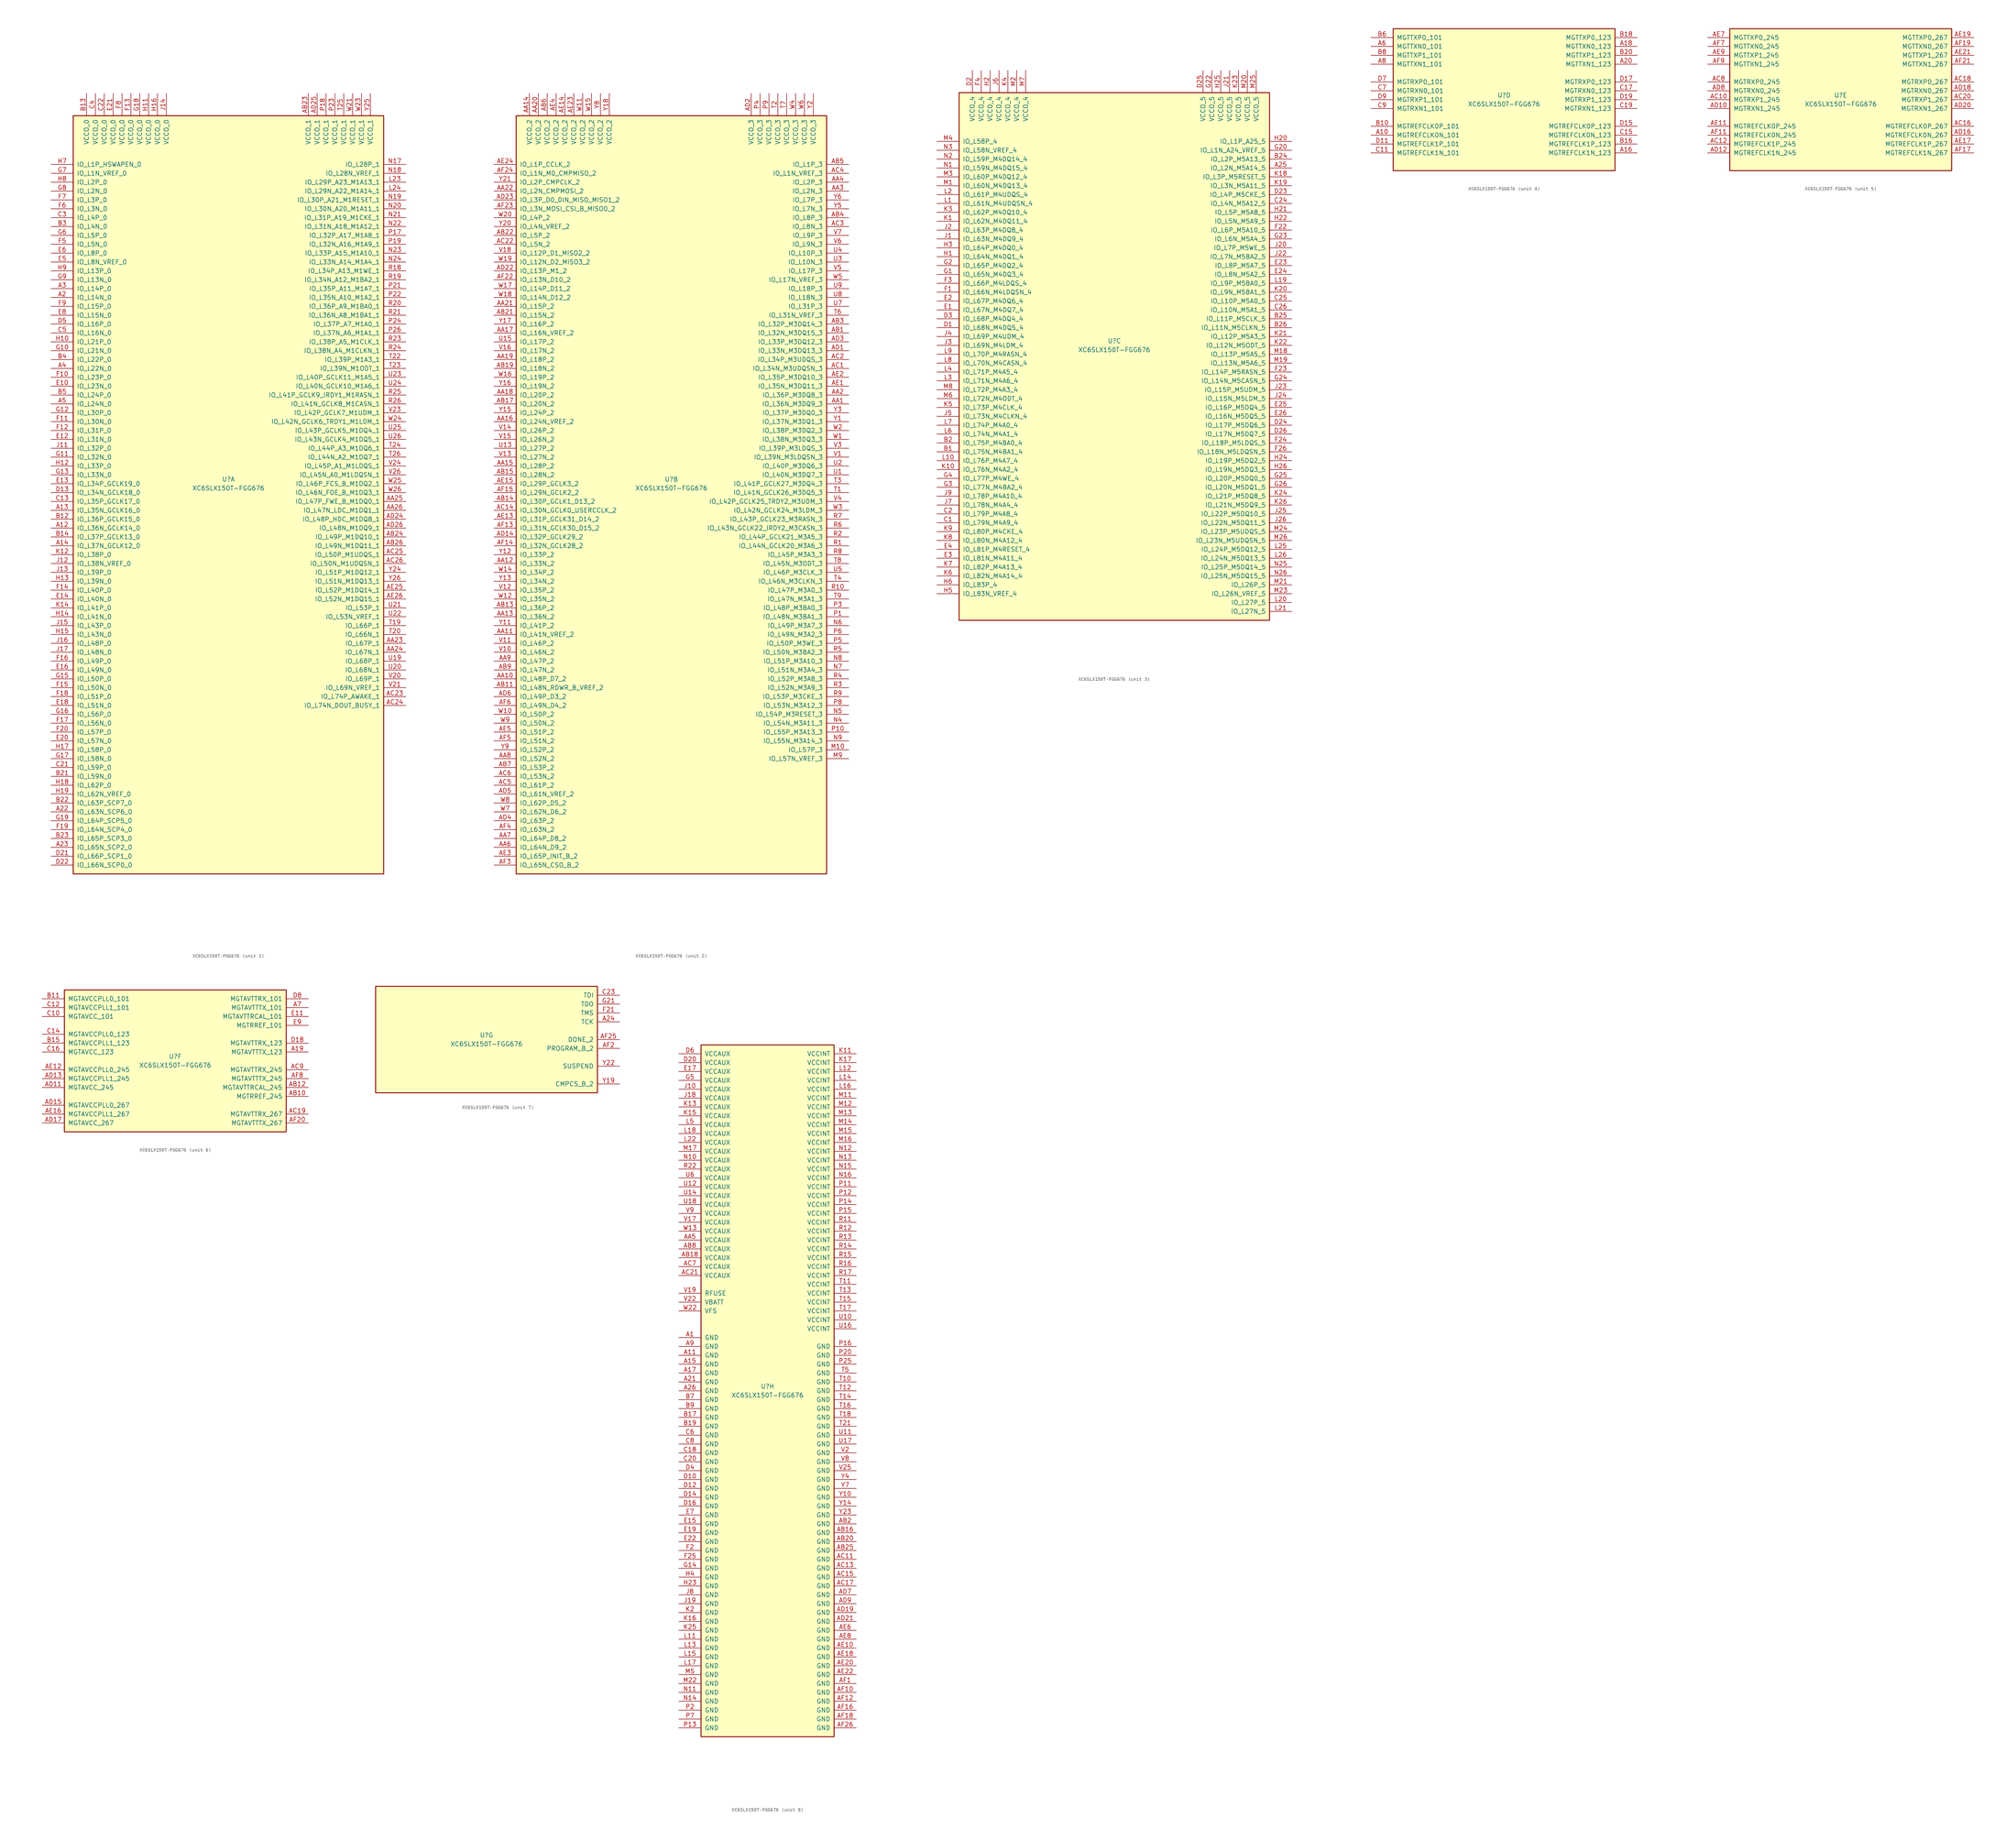
<source format=kicad_sym>
(kicad_symbol_lib
  (version 20220914)
  (generator kicad_symbol_editor)
  (symbol "XC6SLX150T-FGG676"
    (pin_names
      (offset 1.016))
    (property "Reference" "U"
      (at 0 1.27 0)
      (effects (font (size 1.27 1.27))))
    (property "Value" "XC6SLX150T-FGG676"
      (at 0 -1.27 0)
      (effects (font (size 1.27 1.27))))
    (property "Datasheet" ""
      (at 0 0 0)
      (effects (font (size 1.27 1.27))))
    (property "ki_locked" ""
      (at 0 0 0)
      (effects (font (size 1.27 1.27))))
    (symbol "XC6SLX150T-FGG676_1_1"
      (rectangle (start -44.45 105.41) (end 44.45 -111.76) (stroke (width 0.254) (type default)) (fill (type background)))
      (pin bidirectional line (at -50.8 -12.7 0) (length 6.35) (name "IO_L36N_GCLK14_0" (effects (font (size 1.27 1.27)))) (number "A12" (effects (font (size 1.27 1.27)))))
      (pin bidirectional line (at -50.8 -7.62 0) (length 6.35) (name "IO_L35N_GCLK16_0" (effects (font (size 1.27 1.27)))) (number "A13" (effects (font (size 1.27 1.27)))))
      (pin bidirectional line (at -50.8 -17.78 0) (length 6.35) (name "IO_L37N_GCLK12_0" (effects (font (size 1.27 1.27)))) (number "A14" (effects (font (size 1.27 1.27)))))
      (pin bidirectional line (at -50.8 53.34 0) (length 6.35) (name "IO_L14N_0" (effects (font (size 1.27 1.27)))) (number "A2" (effects (font (size 1.27 1.27)))))
      (pin bidirectional line (at -50.8 -93.98 0) (length 6.35) (name "IO_L63N_SCP6_0" (effects (font (size 1.27 1.27)))) (number "A22" (effects (font (size 1.27 1.27)))))
      (pin bidirectional line (at -50.8 -104.14 0) (length 6.35) (name "IO_L65N_SCP2_0" (effects (font (size 1.27 1.27)))) (number "A23" (effects (font (size 1.27 1.27)))))
      (pin bidirectional line (at -50.8 55.88 0) (length 6.35) (name "IO_L14P_0" (effects (font (size 1.27 1.27)))) (number "A3" (effects (font (size 1.27 1.27)))))
      (pin bidirectional line (at -50.8 33.02 0) (length 6.35) (name "IO_L22N_0" (effects (font (size 1.27 1.27)))) (number "A4" (effects (font (size 1.27 1.27)))))
      (pin bidirectional line (at -50.8 22.86 0) (length 6.35) (name "IO_L24N_0" (effects (font (size 1.27 1.27)))) (number "A5" (effects (font (size 1.27 1.27)))))
      (pin bidirectional line (at 50.8 -45.72 180) (length 6.35) (name "IO_L67P_1" (effects (font (size 1.27 1.27)))) (number "AA23" (effects (font (size 1.27 1.27)))))
      (pin bidirectional line (at 50.8 -48.26 180) (length 6.35) (name "IO_L67N_1" (effects (font (size 1.27 1.27)))) (number "AA24" (effects (font (size 1.27 1.27)))))
      (pin bidirectional line (at 50.8 -5.08 180) (length 6.35) (name "IO_L47P_FWE_B_M1DQ0_1" (effects (font (size 1.27 1.27)))) (number "AA25" (effects (font (size 1.27 1.27)))))
      (pin bidirectional line (at 50.8 -7.62 180) (length 6.35) (name "IO_L47N_LDC_M1DQ1_1" (effects (font (size 1.27 1.27)))) (number "AA26" (effects (font (size 1.27 1.27)))))
      (pin power_in line (at 22.86 111.76 270) (length 6.35) (name "VCCO_1" (effects (font (size 1.27 1.27)))) (number "AB23" (effects (font (size 1.27 1.27)))))
      (pin bidirectional line (at 50.8 -15.24 180) (length 6.35) (name "IO_L49P_M1DQ10_1" (effects (font (size 1.27 1.27)))) (number "AB24" (effects (font (size 1.27 1.27)))))
      (pin bidirectional line (at 50.8 -17.78 180) (length 6.35) (name "IO_L49N_M1DQ11_1" (effects (font (size 1.27 1.27)))) (number "AB26" (effects (font (size 1.27 1.27)))))
      (pin bidirectional line (at 50.8 -60.96 180) (length 6.35) (name "IO_L74P_AWAKE_1" (effects (font (size 1.27 1.27)))) (number "AC23" (effects (font (size 1.27 1.27)))))
      (pin bidirectional line (at 50.8 -63.5 180) (length 6.35) (name "IO_L74N_DOUT_BUSY_1" (effects (font (size 1.27 1.27)))) (number "AC24" (effects (font (size 1.27 1.27)))))
      (pin bidirectional line (at 50.8 -20.32 180) (length 6.35) (name "IO_L50P_M1UDQS_1" (effects (font (size 1.27 1.27)))) (number "AC25" (effects (font (size 1.27 1.27)))))
      (pin bidirectional line (at 50.8 -22.86 180) (length 6.35) (name "IO_L50N_M1UDQSN_1" (effects (font (size 1.27 1.27)))) (number "AC26" (effects (font (size 1.27 1.27)))))
      (pin bidirectional line (at 50.8 -10.16 180) (length 6.35) (name "IO_L48P_HDC_M1DQ8_1" (effects (font (size 1.27 1.27)))) (number "AD24" (effects (font (size 1.27 1.27)))))
      (pin power_in line (at 25.4 111.76 270) (length 6.35) (name "VCCO_1" (effects (font (size 1.27 1.27)))) (number "AD25" (effects (font (size 1.27 1.27)))))
      (pin bidirectional line (at 50.8 -12.7 180) (length 6.35) (name "IO_L48N_M1DQ9_1" (effects (font (size 1.27 1.27)))) (number "AD26" (effects (font (size 1.27 1.27)))))
      (pin bidirectional line (at 50.8 -30.48 180) (length 6.35) (name "IO_L52P_M1DQ14_1" (effects (font (size 1.27 1.27)))) (number "AE25" (effects (font (size 1.27 1.27)))))
      (pin bidirectional line (at 50.8 -33.02 180) (length 6.35) (name "IO_L52N_M1DQ15_1" (effects (font (size 1.27 1.27)))) (number "AE26" (effects (font (size 1.27 1.27)))))
      (pin bidirectional line (at -50.8 -10.16 0) (length 6.35) (name "IO_L36P_GCLK15_0" (effects (font (size 1.27 1.27)))) (number "B12" (effects (font (size 1.27 1.27)))))
      (pin power_in line (at -40.64 111.76 270) (length 6.35) (name "VCCO_0" (effects (font (size 1.27 1.27)))) (number "B13" (effects (font (size 1.27 1.27)))))
      (pin bidirectional line (at -50.8 -15.24 0) (length 6.35) (name "IO_L37P_GCLK13_0" (effects (font (size 1.27 1.27)))) (number "B14" (effects (font (size 1.27 1.27)))))
      (pin bidirectional line (at -50.8 -83.82 0) (length 6.35) (name "IO_L59N_0" (effects (font (size 1.27 1.27)))) (number "B21" (effects (font (size 1.27 1.27)))))
      (pin bidirectional line (at -50.8 -91.44 0) (length 6.35) (name "IO_L63P_SCP7_0" (effects (font (size 1.27 1.27)))) (number "B22" (effects (font (size 1.27 1.27)))))
      (pin bidirectional line (at -50.8 -101.6 0) (length 6.35) (name "IO_L65P_SCP3_0" (effects (font (size 1.27 1.27)))) (number "B23" (effects (font (size 1.27 1.27)))))
      (pin bidirectional line (at -50.8 73.66 0) (length 6.35) (name "IO_L4N_0" (effects (font (size 1.27 1.27)))) (number "B3" (effects (font (size 1.27 1.27)))))
      (pin bidirectional line (at -50.8 35.56 0) (length 6.35) (name "IO_L22P_0" (effects (font (size 1.27 1.27)))) (number "B4" (effects (font (size 1.27 1.27)))))
      (pin bidirectional line (at -50.8 25.4 0) (length 6.35) (name "IO_L24P_0" (effects (font (size 1.27 1.27)))) (number "B5" (effects (font (size 1.27 1.27)))))
      (pin bidirectional line (at -50.8 -5.08 0) (length 6.35) (name "IO_L35P_GCLK17_0" (effects (font (size 1.27 1.27)))) (number "C13" (effects (font (size 1.27 1.27)))))
      (pin bidirectional line (at -50.8 -81.28 0) (length 6.35) (name "IO_L59P_0" (effects (font (size 1.27 1.27)))) (number "C21" (effects (font (size 1.27 1.27)))))
      (pin power_in line (at -35.56 111.76 270) (length 6.35) (name "VCCO_0" (effects (font (size 1.27 1.27)))) (number "C22" (effects (font (size 1.27 1.27)))))
      (pin bidirectional line (at -50.8 76.2 0) (length 6.35) (name "IO_L4P_0" (effects (font (size 1.27 1.27)))) (number "C3" (effects (font (size 1.27 1.27)))))
      (pin power_in line (at -38.1 111.76 270) (length 6.35) (name "VCCO_0" (effects (font (size 1.27 1.27)))) (number "C4" (effects (font (size 1.27 1.27)))))
      (pin bidirectional line (at -50.8 43.18 0) (length 6.35) (name "IO_L16N_0" (effects (font (size 1.27 1.27)))) (number "C5" (effects (font (size 1.27 1.27)))))
      (pin bidirectional line (at -50.8 -2.54 0) (length 6.35) (name "IO_L34N_GCLK18_0" (effects (font (size 1.27 1.27)))) (number "D13" (effects (font (size 1.27 1.27)))))
      (pin bidirectional line (at -50.8 -106.68 0) (length 6.35) (name "IO_L66P_SCP1_0" (effects (font (size 1.27 1.27)))) (number "D21" (effects (font (size 1.27 1.27)))))
      (pin bidirectional line (at -50.8 -109.22 0) (length 6.35) (name "IO_L66N_SCP0_0" (effects (font (size 1.27 1.27)))) (number "D22" (effects (font (size 1.27 1.27)))))
      (pin bidirectional line (at -50.8 45.72 0) (length 6.35) (name "IO_L16P_0" (effects (font (size 1.27 1.27)))) (number "D5" (effects (font (size 1.27 1.27)))))
      (pin bidirectional line (at -50.8 27.94 0) (length 6.35) (name "IO_L23N_0" (effects (font (size 1.27 1.27)))) (number "E10" (effects (font (size 1.27 1.27)))))
      (pin bidirectional line (at -50.8 12.7 0) (length 6.35) (name "IO_L31N_0" (effects (font (size 1.27 1.27)))) (number "E12" (effects (font (size 1.27 1.27)))))
      (pin bidirectional line (at -50.8 0 0) (length 6.35) (name "IO_L34P_GCLK19_0" (effects (font (size 1.27 1.27)))) (number "E13" (effects (font (size 1.27 1.27)))))
      (pin bidirectional line (at -50.8 -33.02 0) (length 6.35) (name "IO_L40N_0" (effects (font (size 1.27 1.27)))) (number "E14" (effects (font (size 1.27 1.27)))))
      (pin bidirectional line (at -50.8 -53.34 0) (length 6.35) (name "IO_L49N_0" (effects (font (size 1.27 1.27)))) (number "E16" (effects (font (size 1.27 1.27)))))
      (pin bidirectional line (at -50.8 -63.5 0) (length 6.35) (name "IO_L51N_0" (effects (font (size 1.27 1.27)))) (number "E18" (effects (font (size 1.27 1.27)))))
      (pin bidirectional line (at -50.8 -73.66 0) (length 6.35) (name "IO_L57N_0" (effects (font (size 1.27 1.27)))) (number "E20" (effects (font (size 1.27 1.27)))))
      (pin power_in line (at -33.02 111.76 270) (length 6.35) (name "VCCO_0" (effects (font (size 1.27 1.27)))) (number "E21" (effects (font (size 1.27 1.27)))))
      (pin bidirectional line (at -50.8 63.5 0) (length 6.35) (name "IO_L8N_VREF_0" (effects (font (size 1.27 1.27)))) (number "E5" (effects (font (size 1.27 1.27)))))
      (pin bidirectional line (at -50.8 66.04 0) (length 6.35) (name "IO_L8P_0" (effects (font (size 1.27 1.27)))) (number "E6" (effects (font (size 1.27 1.27)))))
      (pin bidirectional line (at -50.8 48.26 0) (length 6.35) (name "IO_L15N_0" (effects (font (size 1.27 1.27)))) (number "E8" (effects (font (size 1.27 1.27)))))
      (pin bidirectional line (at -50.8 30.48 0) (length 6.35) (name "IO_L23P_0" (effects (font (size 1.27 1.27)))) (number "F10" (effects (font (size 1.27 1.27)))))
      (pin bidirectional line (at -50.8 17.78 0) (length 6.35) (name "IO_L30N_0" (effects (font (size 1.27 1.27)))) (number "F11" (effects (font (size 1.27 1.27)))))
      (pin bidirectional line (at -50.8 15.24 0) (length 6.35) (name "IO_L31P_0" (effects (font (size 1.27 1.27)))) (number "F12" (effects (font (size 1.27 1.27)))))
      (pin power_in line (at -27.94 111.76 270) (length 6.35) (name "VCCO_0" (effects (font (size 1.27 1.27)))) (number "F13" (effects (font (size 1.27 1.27)))))
      (pin bidirectional line (at -50.8 -30.48 0) (length 6.35) (name "IO_L40P_0" (effects (font (size 1.27 1.27)))) (number "F14" (effects (font (size 1.27 1.27)))))
      (pin bidirectional line (at -50.8 -58.42 0) (length 6.35) (name "IO_L50N_0" (effects (font (size 1.27 1.27)))) (number "F15" (effects (font (size 1.27 1.27)))))
      (pin bidirectional line (at -50.8 -50.8 0) (length 6.35) (name "IO_L49P_0" (effects (font (size 1.27 1.27)))) (number "F16" (effects (font (size 1.27 1.27)))))
      (pin bidirectional line (at -50.8 -68.58 0) (length 6.35) (name "IO_L56N_0" (effects (font (size 1.27 1.27)))) (number "F17" (effects (font (size 1.27 1.27)))))
      (pin bidirectional line (at -50.8 -60.96 0) (length 6.35) (name "IO_L51P_0" (effects (font (size 1.27 1.27)))) (number "F18" (effects (font (size 1.27 1.27)))))
      (pin bidirectional line (at -50.8 -99.06 0) (length 6.35) (name "IO_L64N_SCP4_0" (effects (font (size 1.27 1.27)))) (number "F19" (effects (font (size 1.27 1.27)))))
      (pin bidirectional line (at -50.8 -71.12 0) (length 6.35) (name "IO_L57P_0" (effects (font (size 1.27 1.27)))) (number "F20" (effects (font (size 1.27 1.27)))))
      (pin bidirectional line (at -50.8 68.58 0) (length 6.35) (name "IO_L5N_0" (effects (font (size 1.27 1.27)))) (number "F5" (effects (font (size 1.27 1.27)))))
      (pin bidirectional line (at -50.8 78.74 0) (length 6.35) (name "IO_L3N_0" (effects (font (size 1.27 1.27)))) (number "F6" (effects (font (size 1.27 1.27)))))
      (pin bidirectional line (at -50.8 81.28 0) (length 6.35) (name "IO_L3P_0" (effects (font (size 1.27 1.27)))) (number "F7" (effects (font (size 1.27 1.27)))))
      (pin power_in line (at -30.48 111.76 270) (length 6.35) (name "VCCO_0" (effects (font (size 1.27 1.27)))) (number "F8" (effects (font (size 1.27 1.27)))))
      (pin bidirectional line (at -50.8 50.8 0) (length 6.35) (name "IO_L15P_0" (effects (font (size 1.27 1.27)))) (number "F9" (effects (font (size 1.27 1.27)))))
      (pin bidirectional line (at -50.8 38.1 0) (length 6.35) (name "IO_L21N_0" (effects (font (size 1.27 1.27)))) (number "G10" (effects (font (size 1.27 1.27)))))
      (pin bidirectional line (at -50.8 7.62 0) (length 6.35) (name "IO_L32N_0" (effects (font (size 1.27 1.27)))) (number "G11" (effects (font (size 1.27 1.27)))))
      (pin bidirectional line (at -50.8 20.32 0) (length 6.35) (name "IO_L30P_0" (effects (font (size 1.27 1.27)))) (number "G12" (effects (font (size 1.27 1.27)))))
      (pin bidirectional line (at -50.8 2.54 0) (length 6.35) (name "IO_L33N_0" (effects (font (size 1.27 1.27)))) (number "G13" (effects (font (size 1.27 1.27)))))
      (pin bidirectional line (at -50.8 -55.88 0) (length 6.35) (name "IO_L50P_0" (effects (font (size 1.27 1.27)))) (number "G15" (effects (font (size 1.27 1.27)))))
      (pin bidirectional line (at -50.8 -66.04 0) (length 6.35) (name "IO_L56P_0" (effects (font (size 1.27 1.27)))) (number "G16" (effects (font (size 1.27 1.27)))))
      (pin bidirectional line (at -50.8 -78.74 0) (length 6.35) (name "IO_L58N_0" (effects (font (size 1.27 1.27)))) (number "G17" (effects (font (size 1.27 1.27)))))
      (pin power_in line (at -25.4 111.76 270) (length 6.35) (name "VCCO_0" (effects (font (size 1.27 1.27)))) (number "G18" (effects (font (size 1.27 1.27)))))
      (pin bidirectional line (at -50.8 -96.52 0) (length 6.35) (name "IO_L64P_SCP5_0" (effects (font (size 1.27 1.27)))) (number "G19" (effects (font (size 1.27 1.27)))))
      (pin bidirectional line (at -50.8 71.12 0) (length 6.35) (name "IO_L5P_0" (effects (font (size 1.27 1.27)))) (number "G6" (effects (font (size 1.27 1.27)))))
      (pin bidirectional line (at -50.8 88.9 0) (length 6.35) (name "IO_L1N_VREF_0" (effects (font (size 1.27 1.27)))) (number "G7" (effects (font (size 1.27 1.27)))))
      (pin bidirectional line (at -50.8 83.82 0) (length 6.35) (name "IO_L2N_0" (effects (font (size 1.27 1.27)))) (number "G8" (effects (font (size 1.27 1.27)))))
      (pin bidirectional line (at -50.8 58.42 0) (length 6.35) (name "IO_L13N_0" (effects (font (size 1.27 1.27)))) (number "G9" (effects (font (size 1.27 1.27)))))
      (pin bidirectional line (at -50.8 40.64 0) (length 6.35) (name "IO_L21P_0" (effects (font (size 1.27 1.27)))) (number "H10" (effects (font (size 1.27 1.27)))))
      (pin power_in line (at -22.86 111.76 270) (length 6.35) (name "VCCO_0" (effects (font (size 1.27 1.27)))) (number "H11" (effects (font (size 1.27 1.27)))))
      (pin bidirectional line (at -50.8 5.08 0) (length 6.35) (name "IO_L33P_0" (effects (font (size 1.27 1.27)))) (number "H12" (effects (font (size 1.27 1.27)))))
      (pin bidirectional line (at -50.8 -27.94 0) (length 6.35) (name "IO_L39N_0" (effects (font (size 1.27 1.27)))) (number "H13" (effects (font (size 1.27 1.27)))))
      (pin bidirectional line (at -50.8 -38.1 0) (length 6.35) (name "IO_L41N_0" (effects (font (size 1.27 1.27)))) (number "H14" (effects (font (size 1.27 1.27)))))
      (pin bidirectional line (at -50.8 -43.18 0) (length 6.35) (name "IO_L43N_0" (effects (font (size 1.27 1.27)))) (number "H15" (effects (font (size 1.27 1.27)))))
      (pin power_in line (at -20.32 111.76 270) (length 6.35) (name "VCCO_0" (effects (font (size 1.27 1.27)))) (number "H16" (effects (font (size 1.27 1.27)))))
      (pin bidirectional line (at -50.8 -76.2 0) (length 6.35) (name "IO_L58P_0" (effects (font (size 1.27 1.27)))) (number "H17" (effects (font (size 1.27 1.27)))))
      (pin bidirectional line (at -50.8 -86.36 0) (length 6.35) (name "IO_L62P_0" (effects (font (size 1.27 1.27)))) (number "H18" (effects (font (size 1.27 1.27)))))
      (pin bidirectional line (at -50.8 -88.9 0) (length 6.35) (name "IO_L62N_VREF_0" (effects (font (size 1.27 1.27)))) (number "H19" (effects (font (size 1.27 1.27)))))
      (pin bidirectional line (at -50.8 91.44 0) (length 6.35) (name "IO_L1P_HSWAPEN_0" (effects (font (size 1.27 1.27)))) (number "H7" (effects (font (size 1.27 1.27)))))
      (pin bidirectional line (at -50.8 86.36 0) (length 6.35) (name "IO_L2P_0" (effects (font (size 1.27 1.27)))) (number "H8" (effects (font (size 1.27 1.27)))))
      (pin bidirectional line (at -50.8 60.96 0) (length 6.35) (name "IO_L13P_0" (effects (font (size 1.27 1.27)))) (number "H9" (effects (font (size 1.27 1.27)))))
      (pin bidirectional line (at -50.8 10.16 0) (length 6.35) (name "IO_L32P_0" (effects (font (size 1.27 1.27)))) (number "J11" (effects (font (size 1.27 1.27)))))
      (pin bidirectional line (at -50.8 -22.86 0) (length 6.35) (name "IO_L38N_VREF_0" (effects (font (size 1.27 1.27)))) (number "J12" (effects (font (size 1.27 1.27)))))
      (pin bidirectional line (at -50.8 -25.4 0) (length 6.35) (name "IO_L39P_0" (effects (font (size 1.27 1.27)))) (number "J13" (effects (font (size 1.27 1.27)))))
      (pin power_in line (at -17.78 111.76 270) (length 6.35) (name "VCCO_0" (effects (font (size 1.27 1.27)))) (number "J14" (effects (font (size 1.27 1.27)))))
      (pin bidirectional line (at -50.8 -40.64 0) (length 6.35) (name "IO_L43P_0" (effects (font (size 1.27 1.27)))) (number "J15" (effects (font (size 1.27 1.27)))))
      (pin bidirectional line (at -50.8 -45.72 0) (length 6.35) (name "IO_L48P_0" (effects (font (size 1.27 1.27)))) (number "J16" (effects (font (size 1.27 1.27)))))
      (pin bidirectional line (at -50.8 -48.26 0) (length 6.35) (name "IO_L48N_0" (effects (font (size 1.27 1.27)))) (number "J17" (effects (font (size 1.27 1.27)))))
      (pin bidirectional line (at -50.8 -20.32 0) (length 6.35) (name "IO_L38P_0" (effects (font (size 1.27 1.27)))) (number "K12" (effects (font (size 1.27 1.27)))))
      (pin bidirectional line (at -50.8 -35.56 0) (length 6.35) (name "IO_L41P_0" (effects (font (size 1.27 1.27)))) (number "K14" (effects (font (size 1.27 1.27)))))
      (pin bidirectional line (at 50.8 86.36 180) (length 6.35) (name "IO_L29P_A23_M1A13_1" (effects (font (size 1.27 1.27)))) (number "L23" (effects (font (size 1.27 1.27)))))
      (pin bidirectional line (at 50.8 83.82 180) (length 6.35) (name "IO_L29N_A22_M1A14_1" (effects (font (size 1.27 1.27)))) (number "L24" (effects (font (size 1.27 1.27)))))
      (pin bidirectional line (at 50.8 91.44 180) (length 6.35) (name "IO_L28P_1" (effects (font (size 1.27 1.27)))) (number "N17" (effects (font (size 1.27 1.27)))))
      (pin bidirectional line (at 50.8 88.9 180) (length 6.35) (name "IO_L28N_VREF_1" (effects (font (size 1.27 1.27)))) (number "N18" (effects (font (size 1.27 1.27)))))
      (pin bidirectional line (at 50.8 81.28 180) (length 6.35) (name "IO_L30P_A21_M1RESET_1" (effects (font (size 1.27 1.27)))) (number "N19" (effects (font (size 1.27 1.27)))))
      (pin bidirectional line (at 50.8 78.74 180) (length 6.35) (name "IO_L30N_A20_M1A11_1" (effects (font (size 1.27 1.27)))) (number "N20" (effects (font (size 1.27 1.27)))))
      (pin bidirectional line (at 50.8 76.2 180) (length 6.35) (name "IO_L31P_A19_M1CKE_1" (effects (font (size 1.27 1.27)))) (number "N21" (effects (font (size 1.27 1.27)))))
      (pin bidirectional line (at 50.8 73.66 180) (length 6.35) (name "IO_L31N_A18_M1A12_1" (effects (font (size 1.27 1.27)))) (number "N22" (effects (font (size 1.27 1.27)))))
      (pin bidirectional line (at 50.8 66.04 180) (length 6.35) (name "IO_L33P_A15_M1A10_1" (effects (font (size 1.27 1.27)))) (number "N23" (effects (font (size 1.27 1.27)))))
      (pin bidirectional line (at 50.8 63.5 180) (length 6.35) (name "IO_L33N_A14_M1A4_1" (effects (font (size 1.27 1.27)))) (number "N24" (effects (font (size 1.27 1.27)))))
      (pin bidirectional line (at 50.8 71.12 180) (length 6.35) (name "IO_L32P_A17_M1A8_1" (effects (font (size 1.27 1.27)))) (number "P17" (effects (font (size 1.27 1.27)))))
      (pin power_in line (at 27.94 111.76 270) (length 6.35) (name "VCCO_1" (effects (font (size 1.27 1.27)))) (number "P18" (effects (font (size 1.27 1.27)))))
      (pin bidirectional line (at 50.8 68.58 180) (length 6.35) (name "IO_L32N_A16_M1A9_1" (effects (font (size 1.27 1.27)))) (number "P19" (effects (font (size 1.27 1.27)))))
      (pin bidirectional line (at 50.8 55.88 180) (length 6.35) (name "IO_L35P_A11_M1A7_1" (effects (font (size 1.27 1.27)))) (number "P21" (effects (font (size 1.27 1.27)))))
      (pin bidirectional line (at 50.8 53.34 180) (length 6.35) (name "IO_L35N_A10_M1A2_1" (effects (font (size 1.27 1.27)))) (number "P22" (effects (font (size 1.27 1.27)))))
      (pin power_in line (at 30.48 111.76 270) (length 6.35) (name "VCCO_1" (effects (font (size 1.27 1.27)))) (number "P23" (effects (font (size 1.27 1.27)))))
      (pin bidirectional line (at 50.8 45.72 180) (length 6.35) (name "IO_L37P_A7_M1A0_1" (effects (font (size 1.27 1.27)))) (number "P24" (effects (font (size 1.27 1.27)))))
      (pin bidirectional line (at 50.8 43.18 180) (length 6.35) (name "IO_L37N_A6_M1A1_1" (effects (font (size 1.27 1.27)))) (number "P26" (effects (font (size 1.27 1.27)))))
      (pin bidirectional line (at 50.8 60.96 180) (length 6.35) (name "IO_L34P_A13_M1WE_1" (effects (font (size 1.27 1.27)))) (number "R18" (effects (font (size 1.27 1.27)))))
      (pin bidirectional line (at 50.8 58.42 180) (length 6.35) (name "IO_L34N_A12_M1BA2_1" (effects (font (size 1.27 1.27)))) (number "R19" (effects (font (size 1.27 1.27)))))
      (pin bidirectional line (at 50.8 50.8 180) (length 6.35) (name "IO_L36P_A9_M1BA0_1" (effects (font (size 1.27 1.27)))) (number "R20" (effects (font (size 1.27 1.27)))))
      (pin bidirectional line (at 50.8 48.26 180) (length 6.35) (name "IO_L36N_A8_M1BA1_1" (effects (font (size 1.27 1.27)))) (number "R21" (effects (font (size 1.27 1.27)))))
      (pin bidirectional line (at 50.8 40.64 180) (length 6.35) (name "IO_L38P_A5_M1CLK_1" (effects (font (size 1.27 1.27)))) (number "R23" (effects (font (size 1.27 1.27)))))
      (pin bidirectional line (at 50.8 38.1 180) (length 6.35) (name "IO_L38N_A4_M1CLKN_1" (effects (font (size 1.27 1.27)))) (number "R24" (effects (font (size 1.27 1.27)))))
      (pin bidirectional line (at 50.8 25.4 180) (length 6.35) (name "IO_L41P_GCLK9_IRDY1_M1RASN_1" (effects (font (size 1.27 1.27)))) (number "R25" (effects (font (size 1.27 1.27)))))
      (pin bidirectional line (at 50.8 22.86 180) (length 6.35) (name "IO_L41N_GCLK8_M1CASN_1" (effects (font (size 1.27 1.27)))) (number "R26" (effects (font (size 1.27 1.27)))))
      (pin bidirectional line (at 50.8 -40.64 180) (length 6.35) (name "IO_L66P_1" (effects (font (size 1.27 1.27)))) (number "T19" (effects (font (size 1.27 1.27)))))
      (pin bidirectional line (at 50.8 -43.18 180) (length 6.35) (name "IO_L66N_1" (effects (font (size 1.27 1.27)))) (number "T20" (effects (font (size 1.27 1.27)))))
      (pin bidirectional line (at 50.8 35.56 180) (length 6.35) (name "IO_L39P_M1A3_1" (effects (font (size 1.27 1.27)))) (number "T22" (effects (font (size 1.27 1.27)))))
      (pin bidirectional line (at 50.8 33.02 180) (length 6.35) (name "IO_L39N_M1ODT_1" (effects (font (size 1.27 1.27)))) (number "T23" (effects (font (size 1.27 1.27)))))
      (pin bidirectional line (at 50.8 10.16 180) (length 6.35) (name "IO_L44P_A3_M1DQ6_1" (effects (font (size 1.27 1.27)))) (number "T24" (effects (font (size 1.27 1.27)))))
      (pin power_in line (at 33.02 111.76 270) (length 6.35) (name "VCCO_1" (effects (font (size 1.27 1.27)))) (number "T25" (effects (font (size 1.27 1.27)))))
      (pin bidirectional line (at 50.8 7.62 180) (length 6.35) (name "IO_L44N_A2_M1DQ7_1" (effects (font (size 1.27 1.27)))) (number "T26" (effects (font (size 1.27 1.27)))))
      (pin bidirectional line (at 50.8 -50.8 180) (length 6.35) (name "IO_L68P_1" (effects (font (size 1.27 1.27)))) (number "U19" (effects (font (size 1.27 1.27)))))
      (pin bidirectional line (at 50.8 -53.34 180) (length 6.35) (name "IO_L68N_1" (effects (font (size 1.27 1.27)))) (number "U20" (effects (font (size 1.27 1.27)))))
      (pin bidirectional line (at 50.8 -35.56 180) (length 6.35) (name "IO_L53P_1" (effects (font (size 1.27 1.27)))) (number "U21" (effects (font (size 1.27 1.27)))))
      (pin bidirectional line (at 50.8 -38.1 180) (length 6.35) (name "IO_L53N_VREF_1" (effects (font (size 1.27 1.27)))) (number "U22" (effects (font (size 1.27 1.27)))))
      (pin bidirectional line (at 50.8 30.48 180) (length 6.35) (name "IO_L40P_GCLK11_M1A5_1" (effects (font (size 1.27 1.27)))) (number "U23" (effects (font (size 1.27 1.27)))))
      (pin bidirectional line (at 50.8 27.94 180) (length 6.35) (name "IO_L40N_GCLK10_M1A6_1" (effects (font (size 1.27 1.27)))) (number "U24" (effects (font (size 1.27 1.27)))))
      (pin bidirectional line (at 50.8 15.24 180) (length 6.35) (name "IO_L43P_GCLK5_M1DQ4_1" (effects (font (size 1.27 1.27)))) (number "U25" (effects (font (size 1.27 1.27)))))
      (pin bidirectional line (at 50.8 12.7 180) (length 6.35) (name "IO_L43N_GCLK4_M1DQ5_1" (effects (font (size 1.27 1.27)))) (number "U26" (effects (font (size 1.27 1.27)))))
      (pin bidirectional line (at 50.8 -55.88 180) (length 6.35) (name "IO_L69P_1" (effects (font (size 1.27 1.27)))) (number "V20" (effects (font (size 1.27 1.27)))))
      (pin bidirectional line (at 50.8 -58.42 180) (length 6.35) (name "IO_L69N_VREF_1" (effects (font (size 1.27 1.27)))) (number "V21" (effects (font (size 1.27 1.27)))))
      (pin bidirectional line (at 50.8 20.32 180) (length 6.35) (name "IO_L42P_GCLK7_M1UDM_1" (effects (font (size 1.27 1.27)))) (number "V23" (effects (font (size 1.27 1.27)))))
      (pin bidirectional line (at 50.8 5.08 180) (length 6.35) (name "IO_L45P_A1_M1LDQS_1" (effects (font (size 1.27 1.27)))) (number "V24" (effects (font (size 1.27 1.27)))))
      (pin bidirectional line (at 50.8 2.54 180) (length 6.35) (name "IO_L45N_A0_M1LDQSN_1" (effects (font (size 1.27 1.27)))) (number "V26" (effects (font (size 1.27 1.27)))))
      (pin power_in line (at 35.56 111.76 270) (length 6.35) (name "VCCO_1" (effects (font (size 1.27 1.27)))) (number "W21" (effects (font (size 1.27 1.27)))))
      (pin power_in line (at 38.1 111.76 270) (length 6.35) (name "VCCO_1" (effects (font (size 1.27 1.27)))) (number "W23" (effects (font (size 1.27 1.27)))))
      (pin bidirectional line (at 50.8 17.78 180) (length 6.35) (name "IO_L42N_GCLK6_TRDY1_M1LDM_1" (effects (font (size 1.27 1.27)))) (number "W24" (effects (font (size 1.27 1.27)))))
      (pin bidirectional line (at 50.8 0 180) (length 6.35) (name "IO_L46P_FCS_B_M1DQ2_1" (effects (font (size 1.27 1.27)))) (number "W25" (effects (font (size 1.27 1.27)))))
      (pin bidirectional line (at 50.8 -2.54 180) (length 6.35) (name "IO_L46N_FOE_B_M1DQ3_1" (effects (font (size 1.27 1.27)))) (number "W26" (effects (font (size 1.27 1.27)))))
      (pin bidirectional line (at 50.8 -25.4 180) (length 6.35) (name "IO_L51P_M1DQ12_1" (effects (font (size 1.27 1.27)))) (number "Y24" (effects (font (size 1.27 1.27)))))
      (pin power_in line (at 40.64 111.76 270) (length 6.35) (name "VCCO_1" (effects (font (size 1.27 1.27)))) (number "Y25" (effects (font (size 1.27 1.27)))))
      (pin bidirectional line (at 50.8 -27.94 180) (length 6.35) (name "IO_L51N_M1DQ13_1" (effects (font (size 1.27 1.27)))) (number "Y26" (effects (font (size 1.27 1.27))))))
    (symbol "XC6SLX150T-FGG676_2_1"
      (rectangle (start -44.45 105.41) (end 44.45 -111.76) (stroke (width 0.254) (type default)) (fill (type background)))
      (pin bidirectional line (at 50.8 22.86 180) (length 6.35) (name "IO_L36N_M3DQ9_3" (effects (font (size 1.27 1.27)))) (number "AA1" (effects (font (size 1.27 1.27)))))
      (pin bidirectional line (at -50.8 -55.88 0) (length 6.35) (name "IO_L48P_D7_2" (effects (font (size 1.27 1.27)))) (number "AA10" (effects (font (size 1.27 1.27)))))
      (pin bidirectional line (at -50.8 -43.18 0) (length 6.35) (name "IO_L41N_VREF_2" (effects (font (size 1.27 1.27)))) (number "AA11" (effects (font (size 1.27 1.27)))))
      (pin bidirectional line (at -50.8 -22.86 0) (length 6.35) (name "IO_L33N_2" (effects (font (size 1.27 1.27)))) (number "AA12" (effects (font (size 1.27 1.27)))))
      (pin bidirectional line (at -50.8 -38.1 0) (length 6.35) (name "IO_L36N_2" (effects (font (size 1.27 1.27)))) (number "AA13" (effects (font (size 1.27 1.27)))))
      (pin power_in line (at -40.64 111.76 270) (length 6.35) (name "VCCO_2" (effects (font (size 1.27 1.27)))) (number "AA14" (effects (font (size 1.27 1.27)))))
      (pin bidirectional line (at -50.8 5.08 0) (length 6.35) (name "IO_L28P_2" (effects (font (size 1.27 1.27)))) (number "AA15" (effects (font (size 1.27 1.27)))))
      (pin bidirectional line (at -50.8 17.78 0) (length 6.35) (name "IO_L24N_VREF_2" (effects (font (size 1.27 1.27)))) (number "AA16" (effects (font (size 1.27 1.27)))))
      (pin bidirectional line (at -50.8 43.18 0) (length 6.35) (name "IO_L16N_VREF_2" (effects (font (size 1.27 1.27)))) (number "AA17" (effects (font (size 1.27 1.27)))))
      (pin bidirectional line (at -50.8 25.4 0) (length 6.35) (name "IO_L20P_2" (effects (font (size 1.27 1.27)))) (number "AA18" (effects (font (size 1.27 1.27)))))
      (pin bidirectional line (at -50.8 35.56 0) (length 6.35) (name "IO_L18P_2" (effects (font (size 1.27 1.27)))) (number "AA19" (effects (font (size 1.27 1.27)))))
      (pin bidirectional line (at 50.8 25.4 180) (length 6.35) (name "IO_L36P_M3DQ8_3" (effects (font (size 1.27 1.27)))) (number "AA2" (effects (font (size 1.27 1.27)))))
      (pin power_in line (at -38.1 111.76 270) (length 6.35) (name "VCCO_2" (effects (font (size 1.27 1.27)))) (number "AA20" (effects (font (size 1.27 1.27)))))
      (pin bidirectional line (at -50.8 50.8 0) (length 6.35) (name "IO_L15P_2" (effects (font (size 1.27 1.27)))) (number "AA21" (effects (font (size 1.27 1.27)))))
      (pin bidirectional line (at -50.8 83.82 0) (length 6.35) (name "IO_L2N_CMPMOSI_2" (effects (font (size 1.27 1.27)))) (number "AA22" (effects (font (size 1.27 1.27)))))
      (pin bidirectional line (at 50.8 83.82 180) (length 6.35) (name "IO_L2N_3" (effects (font (size 1.27 1.27)))) (number "AA3" (effects (font (size 1.27 1.27)))))
      (pin bidirectional line (at 50.8 86.36 180) (length 6.35) (name "IO_L2P_3" (effects (font (size 1.27 1.27)))) (number "AA4" (effects (font (size 1.27 1.27)))))
      (pin bidirectional line (at -50.8 -104.14 0) (length 6.35) (name "IO_L64N_D9_2" (effects (font (size 1.27 1.27)))) (number "AA6" (effects (font (size 1.27 1.27)))))
      (pin bidirectional line (at -50.8 -101.6 0) (length 6.35) (name "IO_L64P_D8_2" (effects (font (size 1.27 1.27)))) (number "AA7" (effects (font (size 1.27 1.27)))))
      (pin bidirectional line (at -50.8 -78.74 0) (length 6.35) (name "IO_L52N_2" (effects (font (size 1.27 1.27)))) (number "AA8" (effects (font (size 1.27 1.27)))))
      (pin bidirectional line (at -50.8 -50.8 0) (length 6.35) (name "IO_L47P_2" (effects (font (size 1.27 1.27)))) (number "AA9" (effects (font (size 1.27 1.27)))))
      (pin bidirectional line (at 50.8 43.18 180) (length 6.35) (name "IO_L32N_M3DQ15_3" (effects (font (size 1.27 1.27)))) (number "AB1" (effects (font (size 1.27 1.27)))))
      (pin bidirectional line (at -50.8 -58.42 0) (length 6.35) (name "IO_L48N_RDWR_B_VREF_2" (effects (font (size 1.27 1.27)))) (number "AB11" (effects (font (size 1.27 1.27)))))
      (pin bidirectional line (at -50.8 -35.56 0) (length 6.35) (name "IO_L36P_2" (effects (font (size 1.27 1.27)))) (number "AB13" (effects (font (size 1.27 1.27)))))
      (pin bidirectional line (at -50.8 -5.08 0) (length 6.35) (name "IO_L30P_GCLK1_D13_2" (effects (font (size 1.27 1.27)))) (number "AB14" (effects (font (size 1.27 1.27)))))
      (pin bidirectional line (at -50.8 2.54 0) (length 6.35) (name "IO_L28N_2" (effects (font (size 1.27 1.27)))) (number "AB15" (effects (font (size 1.27 1.27)))))
      (pin bidirectional line (at -50.8 22.86 0) (length 6.35) (name "IO_L20N_2" (effects (font (size 1.27 1.27)))) (number "AB17" (effects (font (size 1.27 1.27)))))
      (pin bidirectional line (at -50.8 33.02 0) (length 6.35) (name "IO_L18N_2" (effects (font (size 1.27 1.27)))) (number "AB19" (effects (font (size 1.27 1.27)))))
      (pin bidirectional line (at -50.8 48.26 0) (length 6.35) (name "IO_L15N_2" (effects (font (size 1.27 1.27)))) (number "AB21" (effects (font (size 1.27 1.27)))))
      (pin bidirectional line (at -50.8 71.12 0) (length 6.35) (name "IO_L5P_2" (effects (font (size 1.27 1.27)))) (number "AB22" (effects (font (size 1.27 1.27)))))
      (pin bidirectional line (at 50.8 45.72 180) (length 6.35) (name "IO_L32P_M3DQ14_3" (effects (font (size 1.27 1.27)))) (number "AB3" (effects (font (size 1.27 1.27)))))
      (pin bidirectional line (at 50.8 76.2 180) (length 6.35) (name "IO_L8P_3" (effects (font (size 1.27 1.27)))) (number "AB4" (effects (font (size 1.27 1.27)))))
      (pin bidirectional line (at 50.8 91.44 180) (length 6.35) (name "IO_L1P_3" (effects (font (size 1.27 1.27)))) (number "AB5" (effects (font (size 1.27 1.27)))))
      (pin power_in line (at -35.56 111.76 270) (length 6.35) (name "VCCO_2" (effects (font (size 1.27 1.27)))) (number "AB6" (effects (font (size 1.27 1.27)))))
      (pin bidirectional line (at -50.8 -81.28 0) (length 6.35) (name "IO_L53P_2" (effects (font (size 1.27 1.27)))) (number "AB7" (effects (font (size 1.27 1.27)))))
      (pin bidirectional line (at -50.8 -53.34 0) (length 6.35) (name "IO_L47N_2" (effects (font (size 1.27 1.27)))) (number "AB9" (effects (font (size 1.27 1.27)))))
      (pin bidirectional line (at 50.8 33.02 180) (length 6.35) (name "IO_L34N_M3UDQSN_3" (effects (font (size 1.27 1.27)))) (number "AC1" (effects (font (size 1.27 1.27)))))
      (pin bidirectional line (at -50.8 -7.62 0) (length 6.35) (name "IO_L30N_GCLK0_USERCCLK_2" (effects (font (size 1.27 1.27)))) (number "AC14" (effects (font (size 1.27 1.27)))))
      (pin bidirectional line (at 50.8 35.56 180) (length 6.35) (name "IO_L34P_M3UDQS_3" (effects (font (size 1.27 1.27)))) (number "AC2" (effects (font (size 1.27 1.27)))))
      (pin bidirectional line (at -50.8 68.58 0) (length 6.35) (name "IO_L5N_2" (effects (font (size 1.27 1.27)))) (number "AC22" (effects (font (size 1.27 1.27)))))
      (pin bidirectional line (at 50.8 73.66 180) (length 6.35) (name "IO_L8N_3" (effects (font (size 1.27 1.27)))) (number "AC3" (effects (font (size 1.27 1.27)))))
      (pin bidirectional line (at 50.8 88.9 180) (length 6.35) (name "IO_L1N_VREF_3" (effects (font (size 1.27 1.27)))) (number "AC4" (effects (font (size 1.27 1.27)))))
      (pin bidirectional line (at -50.8 -86.36 0) (length 6.35) (name "IO_L61P_2" (effects (font (size 1.27 1.27)))) (number "AC5" (effects (font (size 1.27 1.27)))))
      (pin bidirectional line (at -50.8 -83.82 0) (length 6.35) (name "IO_L53N_2" (effects (font (size 1.27 1.27)))) (number "AC6" (effects (font (size 1.27 1.27)))))
      (pin bidirectional line (at 50.8 38.1 180) (length 6.35) (name "IO_L33N_M3DQ13_3" (effects (font (size 1.27 1.27)))) (number "AD1" (effects (font (size 1.27 1.27)))))
      (pin bidirectional line (at -50.8 -15.24 0) (length 6.35) (name "IO_L32P_GCLK29_2" (effects (font (size 1.27 1.27)))) (number "AD14" (effects (font (size 1.27 1.27)))))
      (pin power_in line (at 22.86 111.76 270) (length 6.35) (name "VCCO_3" (effects (font (size 1.27 1.27)))) (number "AD2" (effects (font (size 1.27 1.27)))))
      (pin bidirectional line (at -50.8 60.96 0) (length 6.35) (name "IO_L13P_M1_2" (effects (font (size 1.27 1.27)))) (number "AD22" (effects (font (size 1.27 1.27)))))
      (pin bidirectional line (at -50.8 81.28 0) (length 6.35) (name "IO_L3P_D0_DIN_MISO_MISO1_2" (effects (font (size 1.27 1.27)))) (number "AD23" (effects (font (size 1.27 1.27)))))
      (pin bidirectional line (at 50.8 40.64 180) (length 6.35) (name "IO_L33P_M3DQ12_3" (effects (font (size 1.27 1.27)))) (number "AD3" (effects (font (size 1.27 1.27)))))
      (pin bidirectional line (at -50.8 -96.52 0) (length 6.35) (name "IO_L63P_2" (effects (font (size 1.27 1.27)))) (number "AD4" (effects (font (size 1.27 1.27)))))
      (pin bidirectional line (at -50.8 -88.9 0) (length 6.35) (name "IO_L61N_VREF_2" (effects (font (size 1.27 1.27)))) (number "AD5" (effects (font (size 1.27 1.27)))))
      (pin bidirectional line (at -50.8 -60.96 0) (length 6.35) (name "IO_L49P_D3_2" (effects (font (size 1.27 1.27)))) (number "AD6" (effects (font (size 1.27 1.27)))))
      (pin bidirectional line (at 50.8 27.94 180) (length 6.35) (name "IO_L35N_M3DQ11_3" (effects (font (size 1.27 1.27)))) (number "AE1" (effects (font (size 1.27 1.27)))))
      (pin bidirectional line (at -50.8 -10.16 0) (length 6.35) (name "IO_L31P_GCLK31_D14_2" (effects (font (size 1.27 1.27)))) (number "AE13" (effects (font (size 1.27 1.27)))))
      (pin power_in line (at -30.48 111.76 270) (length 6.35) (name "VCCO_2" (effects (font (size 1.27 1.27)))) (number "AE14" (effects (font (size 1.27 1.27)))))
      (pin bidirectional line (at -50.8 0 0) (length 6.35) (name "IO_L29P_GCLK3_2" (effects (font (size 1.27 1.27)))) (number "AE15" (effects (font (size 1.27 1.27)))))
      (pin bidirectional line (at 50.8 30.48 180) (length 6.35) (name "IO_L35P_M3DQ10_3" (effects (font (size 1.27 1.27)))) (number "AE2" (effects (font (size 1.27 1.27)))))
      (pin power_in line (at -27.94 111.76 270) (length 6.35) (name "VCCO_2" (effects (font (size 1.27 1.27)))) (number "AE23" (effects (font (size 1.27 1.27)))))
      (pin bidirectional line (at -50.8 91.44 0) (length 6.35) (name "IO_L1P_CCLK_2" (effects (font (size 1.27 1.27)))) (number "AE24" (effects (font (size 1.27 1.27)))))
      (pin bidirectional line (at -50.8 -106.68 0) (length 6.35) (name "IO_L65P_INIT_B_2" (effects (font (size 1.27 1.27)))) (number "AE3" (effects (font (size 1.27 1.27)))))
      (pin power_in line (at -33.02 111.76 270) (length 6.35) (name "VCCO_2" (effects (font (size 1.27 1.27)))) (number "AE4" (effects (font (size 1.27 1.27)))))
      (pin bidirectional line (at -50.8 -71.12 0) (length 6.35) (name "IO_L51P_2" (effects (font (size 1.27 1.27)))) (number "AE5" (effects (font (size 1.27 1.27)))))
      (pin bidirectional line (at -50.8 -12.7 0) (length 6.35) (name "IO_L31N_GCLK30_D15_2" (effects (font (size 1.27 1.27)))) (number "AF13" (effects (font (size 1.27 1.27)))))
      (pin bidirectional line (at -50.8 -17.78 0) (length 6.35) (name "IO_L32N_GCLK28_2" (effects (font (size 1.27 1.27)))) (number "AF14" (effects (font (size 1.27 1.27)))))
      (pin bidirectional line (at -50.8 -2.54 0) (length 6.35) (name "IO_L29N_GCLK2_2" (effects (font (size 1.27 1.27)))) (number "AF15" (effects (font (size 1.27 1.27)))))
      (pin bidirectional line (at -50.8 58.42 0) (length 6.35) (name "IO_L13N_D10_2" (effects (font (size 1.27 1.27)))) (number "AF22" (effects (font (size 1.27 1.27)))))
      (pin bidirectional line (at -50.8 78.74 0) (length 6.35) (name "IO_L3N_MOSI_CSI_B_MISO0_2" (effects (font (size 1.27 1.27)))) (number "AF23" (effects (font (size 1.27 1.27)))))
      (pin bidirectional line (at -50.8 88.9 0) (length 6.35) (name "IO_L1N_M0_CMPMISO_2" (effects (font (size 1.27 1.27)))) (number "AF24" (effects (font (size 1.27 1.27)))))
      (pin bidirectional line (at -50.8 -109.22 0) (length 6.35) (name "IO_L65N_CSO_B_2" (effects (font (size 1.27 1.27)))) (number "AF3" (effects (font (size 1.27 1.27)))))
      (pin bidirectional line (at -50.8 -99.06 0) (length 6.35) (name "IO_L63N_2" (effects (font (size 1.27 1.27)))) (number "AF4" (effects (font (size 1.27 1.27)))))
      (pin bidirectional line (at -50.8 -73.66 0) (length 6.35) (name "IO_L51N_2" (effects (font (size 1.27 1.27)))) (number "AF5" (effects (font (size 1.27 1.27)))))
      (pin bidirectional line (at -50.8 -63.5 0) (length 6.35) (name "IO_L49N_D4_2" (effects (font (size 1.27 1.27)))) (number "AF6" (effects (font (size 1.27 1.27)))))
      (pin bidirectional line (at 50.8 -76.2 180) (length 6.35) (name "IO_L57P_3" (effects (font (size 1.27 1.27)))) (number "M10" (effects (font (size 1.27 1.27)))))
      (pin bidirectional line (at 50.8 -78.74 180) (length 6.35) (name "IO_L57N_VREF_3" (effects (font (size 1.27 1.27)))) (number "M9" (effects (font (size 1.27 1.27)))))
      (pin bidirectional line (at 50.8 -68.58 180) (length 6.35) (name "IO_L54N_M3A11_3" (effects (font (size 1.27 1.27)))) (number "N4" (effects (font (size 1.27 1.27)))))
      (pin bidirectional line (at 50.8 -66.04 180) (length 6.35) (name "IO_L54P_M3RESET_3" (effects (font (size 1.27 1.27)))) (number "N5" (effects (font (size 1.27 1.27)))))
      (pin bidirectional line (at 50.8 -40.64 180) (length 6.35) (name "IO_L49P_M3A7_3" (effects (font (size 1.27 1.27)))) (number "N6" (effects (font (size 1.27 1.27)))))
      (pin bidirectional line (at 50.8 -53.34 180) (length 6.35) (name "IO_L51N_M3A4_3" (effects (font (size 1.27 1.27)))) (number "N7" (effects (font (size 1.27 1.27)))))
      (pin bidirectional line (at 50.8 -50.8 180) (length 6.35) (name "IO_L51P_M3A10_3" (effects (font (size 1.27 1.27)))) (number "N8" (effects (font (size 1.27 1.27)))))
      (pin bidirectional line (at 50.8 -73.66 180) (length 6.35) (name "IO_L55N_M3A14_3" (effects (font (size 1.27 1.27)))) (number "N9" (effects (font (size 1.27 1.27)))))
      (pin bidirectional line (at 50.8 -38.1 180) (length 6.35) (name "IO_L48N_M3BA1_3" (effects (font (size 1.27 1.27)))) (number "P1" (effects (font (size 1.27 1.27)))))
      (pin bidirectional line (at 50.8 -71.12 180) (length 6.35) (name "IO_L55P_M3A13_3" (effects (font (size 1.27 1.27)))) (number "P10" (effects (font (size 1.27 1.27)))))
      (pin bidirectional line (at 50.8 -35.56 180) (length 6.35) (name "IO_L48P_M3BA0_3" (effects (font (size 1.27 1.27)))) (number "P3" (effects (font (size 1.27 1.27)))))
      (pin power_in line (at 25.4 111.76 270) (length 6.35) (name "VCCO_3" (effects (font (size 1.27 1.27)))) (number "P4" (effects (font (size 1.27 1.27)))))
      (pin bidirectional line (at 50.8 -45.72 180) (length 6.35) (name "IO_L50P_M3WE_3" (effects (font (size 1.27 1.27)))) (number "P5" (effects (font (size 1.27 1.27)))))
      (pin bidirectional line (at 50.8 -43.18 180) (length 6.35) (name "IO_L49N_M3A2_3" (effects (font (size 1.27 1.27)))) (number "P6" (effects (font (size 1.27 1.27)))))
      (pin bidirectional line (at 50.8 -63.5 180) (length 6.35) (name "IO_L53N_M3A12_3" (effects (font (size 1.27 1.27)))) (number "P8" (effects (font (size 1.27 1.27)))))
      (pin power_in line (at 27.94 111.76 270) (length 6.35) (name "VCCO_3" (effects (font (size 1.27 1.27)))) (number "P9" (effects (font (size 1.27 1.27)))))
      (pin bidirectional line (at 50.8 -17.78 180) (length 6.35) (name "IO_L44N_GCLK20_M3A6_3" (effects (font (size 1.27 1.27)))) (number "R1" (effects (font (size 1.27 1.27)))))
      (pin bidirectional line (at 50.8 -30.48 180) (length 6.35) (name "IO_L47P_M3A0_3" (effects (font (size 1.27 1.27)))) (number "R10" (effects (font (size 1.27 1.27)))))
      (pin bidirectional line (at 50.8 -15.24 180) (length 6.35) (name "IO_L44P_GCLK21_M3A5_3" (effects (font (size 1.27 1.27)))) (number "R2" (effects (font (size 1.27 1.27)))))
      (pin bidirectional line (at 50.8 -58.42 180) (length 6.35) (name "IO_L52N_M3A9_3" (effects (font (size 1.27 1.27)))) (number "R3" (effects (font (size 1.27 1.27)))))
      (pin bidirectional line (at 50.8 -55.88 180) (length 6.35) (name "IO_L52P_M3A8_3" (effects (font (size 1.27 1.27)))) (number "R4" (effects (font (size 1.27 1.27)))))
      (pin bidirectional line (at 50.8 -48.26 180) (length 6.35) (name "IO_L50N_M3BA2_3" (effects (font (size 1.27 1.27)))) (number "R5" (effects (font (size 1.27 1.27)))))
      (pin bidirectional line (at 50.8 -12.7 180) (length 6.35) (name "IO_L43N_GCLK22_IRDY2_M3CASN_3" (effects (font (size 1.27 1.27)))) (number "R6" (effects (font (size 1.27 1.27)))))
      (pin bidirectional line (at 50.8 -10.16 180) (length 6.35) (name "IO_L43P_GCLK23_M3RASN_3" (effects (font (size 1.27 1.27)))) (number "R7" (effects (font (size 1.27 1.27)))))
      (pin bidirectional line (at 50.8 -20.32 180) (length 6.35) (name "IO_L45P_M3A3_3" (effects (font (size 1.27 1.27)))) (number "R8" (effects (font (size 1.27 1.27)))))
      (pin bidirectional line (at 50.8 -60.96 180) (length 6.35) (name "IO_L53P_M3CKE_3" (effects (font (size 1.27 1.27)))) (number "R9" (effects (font (size 1.27 1.27)))))
      (pin bidirectional line (at 50.8 -2.54 180) (length 6.35) (name "IO_L41N_GCLK26_M3DQ5_3" (effects (font (size 1.27 1.27)))) (number "T1" (effects (font (size 1.27 1.27)))))
      (pin power_in line (at 30.48 111.76 270) (length 6.35) (name "VCCO_3" (effects (font (size 1.27 1.27)))) (number "T2" (effects (font (size 1.27 1.27)))))
      (pin bidirectional line (at 50.8 0 180) (length 6.35) (name "IO_L41P_GCLK27_M3DQ4_3" (effects (font (size 1.27 1.27)))) (number "T3" (effects (font (size 1.27 1.27)))))
      (pin bidirectional line (at 50.8 -27.94 180) (length 6.35) (name "IO_L46N_M3CLKN_3" (effects (font (size 1.27 1.27)))) (number "T4" (effects (font (size 1.27 1.27)))))
      (pin bidirectional line (at 50.8 48.26 180) (length 6.35) (name "IO_L31N_VREF_3" (effects (font (size 1.27 1.27)))) (number "T6" (effects (font (size 1.27 1.27)))))
      (pin power_in line (at 33.02 111.76 270) (length 6.35) (name "VCCO_3" (effects (font (size 1.27 1.27)))) (number "T7" (effects (font (size 1.27 1.27)))))
      (pin bidirectional line (at 50.8 -22.86 180) (length 6.35) (name "IO_L45N_M3ODT_3" (effects (font (size 1.27 1.27)))) (number "T8" (effects (font (size 1.27 1.27)))))
      (pin bidirectional line (at 50.8 -33.02 180) (length 6.35) (name "IO_L47N_M3A1_3" (effects (font (size 1.27 1.27)))) (number "T9" (effects (font (size 1.27 1.27)))))
      (pin bidirectional line (at 50.8 2.54 180) (length 6.35) (name "IO_L40N_M3DQ7_3" (effects (font (size 1.27 1.27)))) (number "U1" (effects (font (size 1.27 1.27)))))
      (pin bidirectional line (at -50.8 10.16 0) (length 6.35) (name "IO_L27P_2" (effects (font (size 1.27 1.27)))) (number "U13" (effects (font (size 1.27 1.27)))))
      (pin bidirectional line (at -50.8 40.64 0) (length 6.35) (name "IO_L17P_2" (effects (font (size 1.27 1.27)))) (number "U15" (effects (font (size 1.27 1.27)))))
      (pin bidirectional line (at 50.8 5.08 180) (length 6.35) (name "IO_L40P_M3DQ6_3" (effects (font (size 1.27 1.27)))) (number "U2" (effects (font (size 1.27 1.27)))))
      (pin bidirectional line (at 50.8 63.5 180) (length 6.35) (name "IO_L10N_3" (effects (font (size 1.27 1.27)))) (number "U3" (effects (font (size 1.27 1.27)))))
      (pin bidirectional line (at 50.8 66.04 180) (length 6.35) (name "IO_L10P_3" (effects (font (size 1.27 1.27)))) (number "U4" (effects (font (size 1.27 1.27)))))
      (pin bidirectional line (at 50.8 -25.4 180) (length 6.35) (name "IO_L46P_M3CLK_3" (effects (font (size 1.27 1.27)))) (number "U5" (effects (font (size 1.27 1.27)))))
      (pin bidirectional line (at 50.8 50.8 180) (length 6.35) (name "IO_L31P_3" (effects (font (size 1.27 1.27)))) (number "U7" (effects (font (size 1.27 1.27)))))
      (pin bidirectional line (at 50.8 53.34 180) (length 6.35) (name "IO_L18N_3" (effects (font (size 1.27 1.27)))) (number "U8" (effects (font (size 1.27 1.27)))))
      (pin bidirectional line (at 50.8 55.88 180) (length 6.35) (name "IO_L18P_3" (effects (font (size 1.27 1.27)))) (number "U9" (effects (font (size 1.27 1.27)))))
      (pin bidirectional line (at 50.8 7.62 180) (length 6.35) (name "IO_L39N_M3LDQSN_3" (effects (font (size 1.27 1.27)))) (number "V1" (effects (font (size 1.27 1.27)))))
      (pin bidirectional line (at -50.8 -48.26 0) (length 6.35) (name "IO_L46N_2" (effects (font (size 1.27 1.27)))) (number "V10" (effects (font (size 1.27 1.27)))))
      (pin bidirectional line (at -50.8 -45.72 0) (length 6.35) (name "IO_L46P_2" (effects (font (size 1.27 1.27)))) (number "V11" (effects (font (size 1.27 1.27)))))
      (pin bidirectional line (at -50.8 -30.48 0) (length 6.35) (name "IO_L35P_2" (effects (font (size 1.27 1.27)))) (number "V12" (effects (font (size 1.27 1.27)))))
      (pin bidirectional line (at -50.8 7.62 0) (length 6.35) (name "IO_L27N_2" (effects (font (size 1.27 1.27)))) (number "V13" (effects (font (size 1.27 1.27)))))
      (pin bidirectional line (at -50.8 15.24 0) (length 6.35) (name "IO_L26P_2" (effects (font (size 1.27 1.27)))) (number "V14" (effects (font (size 1.27 1.27)))))
      (pin bidirectional line (at -50.8 12.7 0) (length 6.35) (name "IO_L26N_2" (effects (font (size 1.27 1.27)))) (number "V15" (effects (font (size 1.27 1.27)))))
      (pin bidirectional line (at -50.8 38.1 0) (length 6.35) (name "IO_L17N_2" (effects (font (size 1.27 1.27)))) (number "V16" (effects (font (size 1.27 1.27)))))
      (pin bidirectional line (at -50.8 66.04 0) (length 6.35) (name "IO_L12P_D1_MISO2_2" (effects (font (size 1.27 1.27)))) (number "V18" (effects (font (size 1.27 1.27)))))
      (pin bidirectional line (at 50.8 10.16 180) (length 6.35) (name "IO_L39P_M3LDQS_3" (effects (font (size 1.27 1.27)))) (number "V3" (effects (font (size 1.27 1.27)))))
      (pin bidirectional line (at 50.8 -5.08 180) (length 6.35) (name "IO_L42P_GCLK25_TRDY2_M3UDM_3" (effects (font (size 1.27 1.27)))) (number "V4" (effects (font (size 1.27 1.27)))))
      (pin bidirectional line (at 50.8 60.96 180) (length 6.35) (name "IO_L17P_3" (effects (font (size 1.27 1.27)))) (number "V5" (effects (font (size 1.27 1.27)))))
      (pin bidirectional line (at 50.8 68.58 180) (length 6.35) (name "IO_L9N_3" (effects (font (size 1.27 1.27)))) (number "V6" (effects (font (size 1.27 1.27)))))
      (pin bidirectional line (at 50.8 71.12 180) (length 6.35) (name "IO_L9P_3" (effects (font (size 1.27 1.27)))) (number "V7" (effects (font (size 1.27 1.27)))))
      (pin bidirectional line (at 50.8 12.7 180) (length 6.35) (name "IO_L38N_M3DQ3_3" (effects (font (size 1.27 1.27)))) (number "W1" (effects (font (size 1.27 1.27)))))
      (pin bidirectional line (at -50.8 -66.04 0) (length 6.35) (name "IO_L50P_2" (effects (font (size 1.27 1.27)))) (number "W10" (effects (font (size 1.27 1.27)))))
      (pin power_in line (at -25.4 111.76 270) (length 6.35) (name "VCCO_2" (effects (font (size 1.27 1.27)))) (number "W11" (effects (font (size 1.27 1.27)))))
      (pin bidirectional line (at -50.8 -33.02 0) (length 6.35) (name "IO_L35N_2" (effects (font (size 1.27 1.27)))) (number "W12" (effects (font (size 1.27 1.27)))))
      (pin bidirectional line (at -50.8 -25.4 0) (length 6.35) (name "IO_L34P_2" (effects (font (size 1.27 1.27)))) (number "W14" (effects (font (size 1.27 1.27)))))
      (pin power_in line (at -22.86 111.76 270) (length 6.35) (name "VCCO_2" (effects (font (size 1.27 1.27)))) (number "W15" (effects (font (size 1.27 1.27)))))
      (pin bidirectional line (at -50.8 30.48 0) (length 6.35) (name "IO_L19P_2" (effects (font (size 1.27 1.27)))) (number "W16" (effects (font (size 1.27 1.27)))))
      (pin bidirectional line (at -50.8 55.88 0) (length 6.35) (name "IO_L14P_D11_2" (effects (font (size 1.27 1.27)))) (number "W17" (effects (font (size 1.27 1.27)))))
      (pin bidirectional line (at -50.8 53.34 0) (length 6.35) (name "IO_L14N_D12_2" (effects (font (size 1.27 1.27)))) (number "W18" (effects (font (size 1.27 1.27)))))
      (pin bidirectional line (at -50.8 63.5 0) (length 6.35) (name "IO_L12N_D2_MISO3_2" (effects (font (size 1.27 1.27)))) (number "W19" (effects (font (size 1.27 1.27)))))
      (pin bidirectional line (at 50.8 15.24 180) (length 6.35) (name "IO_L38P_M3DQ2_3" (effects (font (size 1.27 1.27)))) (number "W2" (effects (font (size 1.27 1.27)))))
      (pin bidirectional line (at -50.8 76.2 0) (length 6.35) (name "IO_L4P_2" (effects (font (size 1.27 1.27)))) (number "W20" (effects (font (size 1.27 1.27)))))
      (pin bidirectional line (at 50.8 -7.62 180) (length 6.35) (name "IO_L42N_GCLK24_M3LDM_3" (effects (font (size 1.27 1.27)))) (number "W3" (effects (font (size 1.27 1.27)))))
      (pin power_in line (at 35.56 111.76 270) (length 6.35) (name "VCCO_3" (effects (font (size 1.27 1.27)))) (number "W4" (effects (font (size 1.27 1.27)))))
      (pin bidirectional line (at 50.8 58.42 180) (length 6.35) (name "IO_L17N_VREF_3" (effects (font (size 1.27 1.27)))) (number "W5" (effects (font (size 1.27 1.27)))))
      (pin power_in line (at 38.1 111.76 270) (length 6.35) (name "VCCO_3" (effects (font (size 1.27 1.27)))) (number "W6" (effects (font (size 1.27 1.27)))))
      (pin bidirectional line (at -50.8 -93.98 0) (length 6.35) (name "IO_L62N_D6_2" (effects (font (size 1.27 1.27)))) (number "W7" (effects (font (size 1.27 1.27)))))
      (pin bidirectional line (at -50.8 -91.44 0) (length 6.35) (name "IO_L62P_D5_2" (effects (font (size 1.27 1.27)))) (number "W8" (effects (font (size 1.27 1.27)))))
      (pin bidirectional line (at -50.8 -68.58 0) (length 6.35) (name "IO_L50N_2" (effects (font (size 1.27 1.27)))) (number "W9" (effects (font (size 1.27 1.27)))))
      (pin bidirectional line (at 50.8 17.78 180) (length 6.35) (name "IO_L37N_M3DQ1_3" (effects (font (size 1.27 1.27)))) (number "Y1" (effects (font (size 1.27 1.27)))))
      (pin bidirectional line (at -50.8 -40.64 0) (length 6.35) (name "IO_L41P_2" (effects (font (size 1.27 1.27)))) (number "Y11" (effects (font (size 1.27 1.27)))))
      (pin bidirectional line (at -50.8 -20.32 0) (length 6.35) (name "IO_L33P_2" (effects (font (size 1.27 1.27)))) (number "Y12" (effects (font (size 1.27 1.27)))))
      (pin bidirectional line (at -50.8 -27.94 0) (length 6.35) (name "IO_L34N_2" (effects (font (size 1.27 1.27)))) (number "Y13" (effects (font (size 1.27 1.27)))))
      (pin bidirectional line (at -50.8 20.32 0) (length 6.35) (name "IO_L24P_2" (effects (font (size 1.27 1.27)))) (number "Y15" (effects (font (size 1.27 1.27)))))
      (pin bidirectional line (at -50.8 27.94 0) (length 6.35) (name "IO_L19N_2" (effects (font (size 1.27 1.27)))) (number "Y16" (effects (font (size 1.27 1.27)))))
      (pin bidirectional line (at -50.8 45.72 0) (length 6.35) (name "IO_L16P_2" (effects (font (size 1.27 1.27)))) (number "Y17" (effects (font (size 1.27 1.27)))))
      (pin power_in line (at -17.78 111.76 270) (length 6.35) (name "VCCO_2" (effects (font (size 1.27 1.27)))) (number "Y18" (effects (font (size 1.27 1.27)))))
      (pin power_in line (at 40.64 111.76 270) (length 6.35) (name "VCCO_3" (effects (font (size 1.27 1.27)))) (number "Y2" (effects (font (size 1.27 1.27)))))
      (pin bidirectional line (at -50.8 73.66 0) (length 6.35) (name "IO_L4N_VREF_2" (effects (font (size 1.27 1.27)))) (number "Y20" (effects (font (size 1.27 1.27)))))
      (pin bidirectional line (at -50.8 86.36 0) (length 6.35) (name "IO_L2P_CMPCLK_2" (effects (font (size 1.27 1.27)))) (number "Y21" (effects (font (size 1.27 1.27)))))
      (pin bidirectional line (at 50.8 20.32 180) (length 6.35) (name "IO_L37P_M3DQ0_3" (effects (font (size 1.27 1.27)))) (number "Y3" (effects (font (size 1.27 1.27)))))
      (pin bidirectional line (at 50.8 78.74 180) (length 6.35) (name "IO_L7N_3" (effects (font (size 1.27 1.27)))) (number "Y5" (effects (font (size 1.27 1.27)))))
      (pin bidirectional line (at 50.8 81.28 180) (length 6.35) (name "IO_L7P_3" (effects (font (size 1.27 1.27)))) (number "Y6" (effects (font (size 1.27 1.27)))))
      (pin power_in line (at -20.32 111.76 270) (length 6.35) (name "VCCO_2" (effects (font (size 1.27 1.27)))) (number "Y8" (effects (font (size 1.27 1.27)))))
      (pin bidirectional line (at -50.8 -76.2 0) (length 6.35) (name "IO_L52P_2" (effects (font (size 1.27 1.27)))) (number "Y9" (effects (font (size 1.27 1.27))))))
    (symbol "XC6SLX150T-FGG676_3_1"
      (rectangle (start -44.45 72.39) (end 44.45 -78.74) (stroke (width 0.254) (type default)) (fill (type background)))
      (pin bidirectional line (at 50.8 50.8 180) (length 6.35) (name "IO_L2N_M5A14_5" (effects (font (size 1.27 1.27)))) (number "A25" (effects (font (size 1.27 1.27)))))
      (pin bidirectional line (at -50.8 -30.48 0) (length 6.35) (name "IO_L75N_M4BA1_4" (effects (font (size 1.27 1.27)))) (number "B1" (effects (font (size 1.27 1.27)))))
      (pin bidirectional line (at -50.8 -27.94 0) (length 6.35) (name "IO_L75P_M4BA0_4" (effects (font (size 1.27 1.27)))) (number "B2" (effects (font (size 1.27 1.27)))))
      (pin bidirectional line (at 50.8 53.34 180) (length 6.35) (name "IO_L2P_M5A13_5" (effects (font (size 1.27 1.27)))) (number "B24" (effects (font (size 1.27 1.27)))))
      (pin bidirectional line (at 50.8 7.62 180) (length 6.35) (name "IO_L11P_M5CLK_5" (effects (font (size 1.27 1.27)))) (number "B25" (effects (font (size 1.27 1.27)))))
      (pin bidirectional line (at 50.8 5.08 180) (length 6.35) (name "IO_L11N_M5CLKN_5" (effects (font (size 1.27 1.27)))) (number "B26" (effects (font (size 1.27 1.27)))))
      (pin bidirectional line (at -50.8 -50.8 0) (length 6.35) (name "IO_L79N_M4A9_4" (effects (font (size 1.27 1.27)))) (number "C1" (effects (font (size 1.27 1.27)))))
      (pin bidirectional line (at -50.8 -48.26 0) (length 6.35) (name "IO_L79P_M4A8_4" (effects (font (size 1.27 1.27)))) (number "C2" (effects (font (size 1.27 1.27)))))
      (pin bidirectional line (at 50.8 40.64 180) (length 6.35) (name "IO_L4N_M5A12_5" (effects (font (size 1.27 1.27)))) (number "C24" (effects (font (size 1.27 1.27)))))
      (pin bidirectional line (at 50.8 12.7 180) (length 6.35) (name "IO_L10P_M5A0_5" (effects (font (size 1.27 1.27)))) (number "C25" (effects (font (size 1.27 1.27)))))
      (pin bidirectional line (at 50.8 10.16 180) (length 6.35) (name "IO_L10N_M5A1_5" (effects (font (size 1.27 1.27)))) (number "C26" (effects (font (size 1.27 1.27)))))
      (pin bidirectional line (at -50.8 5.08 0) (length 6.35) (name "IO_L68N_M4DQ5_4" (effects (font (size 1.27 1.27)))) (number "D1" (effects (font (size 1.27 1.27)))))
      (pin power_in line (at -40.64 78.74 270) (length 6.35) (name "VCCO_4" (effects (font (size 1.27 1.27)))) (number "D2" (effects (font (size 1.27 1.27)))))
      (pin bidirectional line (at 50.8 43.18 180) (length 6.35) (name "IO_L4P_M5CKE_5" (effects (font (size 1.27 1.27)))) (number "D23" (effects (font (size 1.27 1.27)))))
      (pin bidirectional line (at 50.8 -22.86 180) (length 6.35) (name "IO_L17P_M5DQ6_5" (effects (font (size 1.27 1.27)))) (number "D24" (effects (font (size 1.27 1.27)))))
      (pin power_in line (at 25.4 78.74 270) (length 6.35) (name "VCCO_5" (effects (font (size 1.27 1.27)))) (number "D25" (effects (font (size 1.27 1.27)))))
      (pin bidirectional line (at 50.8 -25.4 180) (length 6.35) (name "IO_L17N_M5DQ7_5" (effects (font (size 1.27 1.27)))) (number "D26" (effects (font (size 1.27 1.27)))))
      (pin bidirectional line (at -50.8 7.62 0) (length 6.35) (name "IO_L68P_M4DQ4_4" (effects (font (size 1.27 1.27)))) (number "D3" (effects (font (size 1.27 1.27)))))
      (pin bidirectional line (at -50.8 10.16 0) (length 6.35) (name "IO_L67N_M4DQ7_4" (effects (font (size 1.27 1.27)))) (number "E1" (effects (font (size 1.27 1.27)))))
      (pin bidirectional line (at -50.8 12.7 0) (length 6.35) (name "IO_L67P_M4DQ6_4" (effects (font (size 1.27 1.27)))) (number "E2" (effects (font (size 1.27 1.27)))))
      (pin bidirectional line (at 50.8 22.86 180) (length 6.35) (name "IO_L8P_M5A7_5" (effects (font (size 1.27 1.27)))) (number "E23" (effects (font (size 1.27 1.27)))))
      (pin bidirectional line (at 50.8 20.32 180) (length 6.35) (name "IO_L8N_M5A2_5" (effects (font (size 1.27 1.27)))) (number "E24" (effects (font (size 1.27 1.27)))))
      (pin bidirectional line (at 50.8 -17.78 180) (length 6.35) (name "IO_L16P_M5DQ4_5" (effects (font (size 1.27 1.27)))) (number "E25" (effects (font (size 1.27 1.27)))))
      (pin bidirectional line (at 50.8 -20.32 180) (length 6.35) (name "IO_L16N_M5DQ5_5" (effects (font (size 1.27 1.27)))) (number "E26" (effects (font (size 1.27 1.27)))))
      (pin bidirectional line (at -50.8 -60.96 0) (length 6.35) (name "IO_L81N_M4A11_4" (effects (font (size 1.27 1.27)))) (number "E3" (effects (font (size 1.27 1.27)))))
      (pin bidirectional line (at -50.8 -58.42 0) (length 6.35) (name "IO_L81P_M4RESET_4" (effects (font (size 1.27 1.27)))) (number "E4" (effects (font (size 1.27 1.27)))))
      (pin bidirectional line (at -50.8 15.24 0) (length 6.35) (name "IO_L66N_M4LDQSN_4" (effects (font (size 1.27 1.27)))) (number "F1" (effects (font (size 1.27 1.27)))))
      (pin bidirectional line (at 50.8 33.02 180) (length 6.35) (name "IO_L6P_M5A10_5" (effects (font (size 1.27 1.27)))) (number "F22" (effects (font (size 1.27 1.27)))))
      (pin bidirectional line (at 50.8 -7.62 180) (length 6.35) (name "IO_L14P_M5RASN_5" (effects (font (size 1.27 1.27)))) (number "F23" (effects (font (size 1.27 1.27)))))
      (pin bidirectional line (at 50.8 -27.94 180) (length 6.35) (name "IO_L18P_M5LDQS_5" (effects (font (size 1.27 1.27)))) (number "F24" (effects (font (size 1.27 1.27)))))
      (pin bidirectional line (at 50.8 -30.48 180) (length 6.35) (name "IO_L18N_M5LDQSN_5" (effects (font (size 1.27 1.27)))) (number "F26" (effects (font (size 1.27 1.27)))))
      (pin bidirectional line (at -50.8 17.78 0) (length 6.35) (name "IO_L66P_M4LDQS_4" (effects (font (size 1.27 1.27)))) (number "F3" (effects (font (size 1.27 1.27)))))
      (pin power_in line (at -38.1 78.74 270) (length 6.35) (name "VCCO_4" (effects (font (size 1.27 1.27)))) (number "F4" (effects (font (size 1.27 1.27)))))
      (pin bidirectional line (at -50.8 20.32 0) (length 6.35) (name "IO_L65N_M4DQ3_4" (effects (font (size 1.27 1.27)))) (number "G1" (effects (font (size 1.27 1.27)))))
      (pin bidirectional line (at -50.8 22.86 0) (length 6.35) (name "IO_L65P_M4DQ2_4" (effects (font (size 1.27 1.27)))) (number "G2" (effects (font (size 1.27 1.27)))))
      (pin bidirectional line (at 50.8 55.88 180) (length 6.35) (name "IO_L1N_A24_VREF_5" (effects (font (size 1.27 1.27)))) (number "G20" (effects (font (size 1.27 1.27)))))
      (pin power_in line (at 27.94 78.74 270) (length 6.35) (name "VCCO_5" (effects (font (size 1.27 1.27)))) (number "G22" (effects (font (size 1.27 1.27)))))
      (pin bidirectional line (at 50.8 30.48 180) (length 6.35) (name "IO_L6N_M5A4_5" (effects (font (size 1.27 1.27)))) (number "G23" (effects (font (size 1.27 1.27)))))
      (pin bidirectional line (at 50.8 -10.16 180) (length 6.35) (name "IO_L14N_M5CASN_5" (effects (font (size 1.27 1.27)))) (number "G24" (effects (font (size 1.27 1.27)))))
      (pin bidirectional line (at 50.8 -38.1 180) (length 6.35) (name "IO_L20P_M5DQ0_5" (effects (font (size 1.27 1.27)))) (number "G25" (effects (font (size 1.27 1.27)))))
      (pin bidirectional line (at 50.8 -40.64 180) (length 6.35) (name "IO_L20N_M5DQ1_5" (effects (font (size 1.27 1.27)))) (number "G26" (effects (font (size 1.27 1.27)))))
      (pin bidirectional line (at -50.8 -40.64 0) (length 6.35) (name "IO_L77N_M4BA2_4" (effects (font (size 1.27 1.27)))) (number "G3" (effects (font (size 1.27 1.27)))))
      (pin bidirectional line (at -50.8 -38.1 0) (length 6.35) (name "IO_L77P_M4WE_4" (effects (font (size 1.27 1.27)))) (number "G4" (effects (font (size 1.27 1.27)))))
      (pin bidirectional line (at -50.8 25.4 0) (length 6.35) (name "IO_L64N_M4DQ1_4" (effects (font (size 1.27 1.27)))) (number "H1" (effects (font (size 1.27 1.27)))))
      (pin power_in line (at -35.56 78.74 270) (length 6.35) (name "VCCO_4" (effects (font (size 1.27 1.27)))) (number "H2" (effects (font (size 1.27 1.27)))))
      (pin bidirectional line (at 50.8 58.42 180) (length 6.35) (name "IO_L1P_A25_5" (effects (font (size 1.27 1.27)))) (number "H20" (effects (font (size 1.27 1.27)))))
      (pin bidirectional line (at 50.8 38.1 180) (length 6.35) (name "IO_L5P_M5A8_5" (effects (font (size 1.27 1.27)))) (number "H21" (effects (font (size 1.27 1.27)))))
      (pin bidirectional line (at 50.8 35.56 180) (length 6.35) (name "IO_L5N_M5A9_5" (effects (font (size 1.27 1.27)))) (number "H22" (effects (font (size 1.27 1.27)))))
      (pin bidirectional line (at 50.8 -33.02 180) (length 6.35) (name "IO_L19P_M5DQ2_5" (effects (font (size 1.27 1.27)))) (number "H24" (effects (font (size 1.27 1.27)))))
      (pin power_in line (at 30.48 78.74 270) (length 6.35) (name "VCCO_5" (effects (font (size 1.27 1.27)))) (number "H25" (effects (font (size 1.27 1.27)))))
      (pin bidirectional line (at 50.8 -35.56 180) (length 6.35) (name "IO_L19N_M5DQ3_5" (effects (font (size 1.27 1.27)))) (number "H26" (effects (font (size 1.27 1.27)))))
      (pin bidirectional line (at -50.8 27.94 0) (length 6.35) (name "IO_L64P_M4DQ0_4" (effects (font (size 1.27 1.27)))) (number "H3" (effects (font (size 1.27 1.27)))))
      (pin bidirectional line (at -50.8 -71.12 0) (length 6.35) (name "IO_L83N_VREF_4" (effects (font (size 1.27 1.27)))) (number "H5" (effects (font (size 1.27 1.27)))))
      (pin bidirectional line (at -50.8 -68.58 0) (length 6.35) (name "IO_L83P_4" (effects (font (size 1.27 1.27)))) (number "H6" (effects (font (size 1.27 1.27)))))
      (pin bidirectional line (at -50.8 30.48 0) (length 6.35) (name "IO_L63N_M4DQ9_4" (effects (font (size 1.27 1.27)))) (number "J1" (effects (font (size 1.27 1.27)))))
      (pin bidirectional line (at -50.8 33.02 0) (length 6.35) (name "IO_L63P_M4DQ8_4" (effects (font (size 1.27 1.27)))) (number "J2" (effects (font (size 1.27 1.27)))))
      (pin bidirectional line (at 50.8 27.94 180) (length 6.35) (name "IO_L7P_M5WE_5" (effects (font (size 1.27 1.27)))) (number "J20" (effects (font (size 1.27 1.27)))))
      (pin power_in line (at 33.02 78.74 270) (length 6.35) (name "VCCO_5" (effects (font (size 1.27 1.27)))) (number "J21" (effects (font (size 1.27 1.27)))))
      (pin bidirectional line (at 50.8 25.4 180) (length 6.35) (name "IO_L7N_M5BA2_5" (effects (font (size 1.27 1.27)))) (number "J22" (effects (font (size 1.27 1.27)))))
      (pin bidirectional line (at 50.8 -12.7 180) (length 6.35) (name "IO_L15P_M5UDM_5" (effects (font (size 1.27 1.27)))) (number "J23" (effects (font (size 1.27 1.27)))))
      (pin bidirectional line (at 50.8 -15.24 180) (length 6.35) (name "IO_L15N_M5LDM_5" (effects (font (size 1.27 1.27)))) (number "J24" (effects (font (size 1.27 1.27)))))
      (pin bidirectional line (at 50.8 -48.26 180) (length 6.35) (name "IO_L22P_M5DQ10_5" (effects (font (size 1.27 1.27)))) (number "J25" (effects (font (size 1.27 1.27)))))
      (pin bidirectional line (at 50.8 -50.8 180) (length 6.35) (name "IO_L22N_M5DQ11_5" (effects (font (size 1.27 1.27)))) (number "J26" (effects (font (size 1.27 1.27)))))
      (pin bidirectional line (at -50.8 0 0) (length 6.35) (name "IO_L69N_M4LDM_4" (effects (font (size 1.27 1.27)))) (number "J3" (effects (font (size 1.27 1.27)))))
      (pin bidirectional line (at -50.8 2.54 0) (length 6.35) (name "IO_L69P_M4UDM_4" (effects (font (size 1.27 1.27)))) (number "J4" (effects (font (size 1.27 1.27)))))
      (pin bidirectional line (at -50.8 -20.32 0) (length 6.35) (name "IO_L73N_M4CLKN_4" (effects (font (size 1.27 1.27)))) (number "J5" (effects (font (size 1.27 1.27)))))
      (pin power_in line (at -33.02 78.74 270) (length 6.35) (name "VCCO_4" (effects (font (size 1.27 1.27)))) (number "J6" (effects (font (size 1.27 1.27)))))
      (pin bidirectional line (at -50.8 -45.72 0) (length 6.35) (name "IO_L78N_M4A4_4" (effects (font (size 1.27 1.27)))) (number "J7" (effects (font (size 1.27 1.27)))))
      (pin bidirectional line (at -50.8 -43.18 0) (length 6.35) (name "IO_L78P_M4A10_4" (effects (font (size 1.27 1.27)))) (number "J9" (effects (font (size 1.27 1.27)))))
      (pin bidirectional line (at -50.8 35.56 0) (length 6.35) (name "IO_L62N_M4DQ11_4" (effects (font (size 1.27 1.27)))) (number "K1" (effects (font (size 1.27 1.27)))))
      (pin bidirectional line (at -50.8 -35.56 0) (length 6.35) (name "IO_L76N_M4A2_4" (effects (font (size 1.27 1.27)))) (number "K10" (effects (font (size 1.27 1.27)))))
      (pin bidirectional line (at 50.8 48.26 180) (length 6.35) (name "IO_L3P_M5RESET_5" (effects (font (size 1.27 1.27)))) (number "K18" (effects (font (size 1.27 1.27)))))
      (pin bidirectional line (at 50.8 45.72 180) (length 6.35) (name "IO_L3N_M5A11_5" (effects (font (size 1.27 1.27)))) (number "K19" (effects (font (size 1.27 1.27)))))
      (pin bidirectional line (at 50.8 15.24 180) (length 6.35) (name "IO_L9N_M5BA1_5" (effects (font (size 1.27 1.27)))) (number "K20" (effects (font (size 1.27 1.27)))))
      (pin bidirectional line (at 50.8 2.54 180) (length 6.35) (name "IO_L12P_M5A3_5" (effects (font (size 1.27 1.27)))) (number "K21" (effects (font (size 1.27 1.27)))))
      (pin bidirectional line (at 50.8 0 180) (length 6.35) (name "IO_L12N_M5ODT_5" (effects (font (size 1.27 1.27)))) (number "K22" (effects (font (size 1.27 1.27)))))
      (pin power_in line (at 35.56 78.74 270) (length 6.35) (name "VCCO_5" (effects (font (size 1.27 1.27)))) (number "K23" (effects (font (size 1.27 1.27)))))
      (pin bidirectional line (at 50.8 -43.18 180) (length 6.35) (name "IO_L21P_M5DQ8_5" (effects (font (size 1.27 1.27)))) (number "K24" (effects (font (size 1.27 1.27)))))
      (pin bidirectional line (at 50.8 -45.72 180) (length 6.35) (name "IO_L21N_M5DQ9_5" (effects (font (size 1.27 1.27)))) (number "K26" (effects (font (size 1.27 1.27)))))
      (pin bidirectional line (at -50.8 38.1 0) (length 6.35) (name "IO_L62P_M4DQ10_4" (effects (font (size 1.27 1.27)))) (number "K3" (effects (font (size 1.27 1.27)))))
      (pin power_in line (at -30.48 78.74 270) (length 6.35) (name "VCCO_4" (effects (font (size 1.27 1.27)))) (number "K4" (effects (font (size 1.27 1.27)))))
      (pin bidirectional line (at -50.8 -17.78 0) (length 6.35) (name "IO_L73P_M4CLK_4" (effects (font (size 1.27 1.27)))) (number "K5" (effects (font (size 1.27 1.27)))))
      (pin bidirectional line (at -50.8 -66.04 0) (length 6.35) (name "IO_L82N_M4A14_4" (effects (font (size 1.27 1.27)))) (number "K6" (effects (font (size 1.27 1.27)))))
      (pin bidirectional line (at -50.8 -63.5 0) (length 6.35) (name "IO_L82P_M4A13_4" (effects (font (size 1.27 1.27)))) (number "K7" (effects (font (size 1.27 1.27)))))
      (pin bidirectional line (at -50.8 -55.88 0) (length 6.35) (name "IO_L80N_M4A12_4" (effects (font (size 1.27 1.27)))) (number "K8" (effects (font (size 1.27 1.27)))))
      (pin bidirectional line (at -50.8 -53.34 0) (length 6.35) (name "IO_L80P_M4CKE_4" (effects (font (size 1.27 1.27)))) (number "K9" (effects (font (size 1.27 1.27)))))
      (pin bidirectional line (at -50.8 40.64 0) (length 6.35) (name "IO_L61N_M4UDQSN_4" (effects (font (size 1.27 1.27)))) (number "L1" (effects (font (size 1.27 1.27)))))
      (pin bidirectional line (at -50.8 -33.02 0) (length 6.35) (name "IO_L76P_M4A7_4" (effects (font (size 1.27 1.27)))) (number "L10" (effects (font (size 1.27 1.27)))))
      (pin bidirectional line (at 50.8 17.78 180) (length 6.35) (name "IO_L9P_M5BA0_5" (effects (font (size 1.27 1.27)))) (number "L19" (effects (font (size 1.27 1.27)))))
      (pin bidirectional line (at -50.8 43.18 0) (length 6.35) (name "IO_L61P_M4UDQS_4" (effects (font (size 1.27 1.27)))) (number "L2" (effects (font (size 1.27 1.27)))))
      (pin bidirectional line (at 50.8 -73.66 180) (length 6.35) (name "IO_L27P_5" (effects (font (size 1.27 1.27)))) (number "L20" (effects (font (size 1.27 1.27)))))
      (pin bidirectional line (at 50.8 -76.2 180) (length 6.35) (name "IO_L27N_5" (effects (font (size 1.27 1.27)))) (number "L21" (effects (font (size 1.27 1.27)))))
      (pin bidirectional line (at 50.8 -58.42 180) (length 6.35) (name "IO_L24P_M5DQ12_5" (effects (font (size 1.27 1.27)))) (number "L25" (effects (font (size 1.27 1.27)))))
      (pin bidirectional line (at 50.8 -60.96 180) (length 6.35) (name "IO_L24N_M5DQ13_5" (effects (font (size 1.27 1.27)))) (number "L26" (effects (font (size 1.27 1.27)))))
      (pin bidirectional line (at -50.8 -10.16 0) (length 6.35) (name "IO_L71N_M4A6_4" (effects (font (size 1.27 1.27)))) (number "L3" (effects (font (size 1.27 1.27)))))
      (pin bidirectional line (at -50.8 -7.62 0) (length 6.35) (name "IO_L71P_M4A5_4" (effects (font (size 1.27 1.27)))) (number "L4" (effects (font (size 1.27 1.27)))))
      (pin bidirectional line (at -50.8 -25.4 0) (length 6.35) (name "IO_L74N_M4A1_4" (effects (font (size 1.27 1.27)))) (number "L6" (effects (font (size 1.27 1.27)))))
      (pin bidirectional line (at -50.8 -22.86 0) (length 6.35) (name "IO_L74P_M4A0_4" (effects (font (size 1.27 1.27)))) (number "L7" (effects (font (size 1.27 1.27)))))
      (pin bidirectional line (at -50.8 -5.08 0) (length 6.35) (name "IO_L70N_M4CASN_4" (effects (font (size 1.27 1.27)))) (number "L8" (effects (font (size 1.27 1.27)))))
      (pin bidirectional line (at -50.8 -2.54 0) (length 6.35) (name "IO_L70P_M4RASN_4" (effects (font (size 1.27 1.27)))) (number "L9" (effects (font (size 1.27 1.27)))))
      (pin bidirectional line (at -50.8 45.72 0) (length 6.35) (name "IO_L60N_M4DQ13_4" (effects (font (size 1.27 1.27)))) (number "M1" (effects (font (size 1.27 1.27)))))
      (pin bidirectional line (at 50.8 -2.54 180) (length 6.35) (name "IO_L13P_M5A5_5" (effects (font (size 1.27 1.27)))) (number "M18" (effects (font (size 1.27 1.27)))))
      (pin bidirectional line (at 50.8 -5.08 180) (length 6.35) (name "IO_L13N_M5A6_5" (effects (font (size 1.27 1.27)))) (number "M19" (effects (font (size 1.27 1.27)))))
      (pin power_in line (at -27.94 78.74 270) (length 6.35) (name "VCCO_4" (effects (font (size 1.27 1.27)))) (number "M2" (effects (font (size 1.27 1.27)))))
      (pin power_in line (at 38.1 78.74 270) (length 6.35) (name "VCCO_5" (effects (font (size 1.27 1.27)))) (number "M20" (effects (font (size 1.27 1.27)))))
      (pin bidirectional line (at 50.8 -68.58 180) (length 6.35) (name "IO_L26P_5" (effects (font (size 1.27 1.27)))) (number "M21" (effects (font (size 1.27 1.27)))))
      (pin bidirectional line (at 50.8 -71.12 180) (length 6.35) (name "IO_L26N_VREF_5" (effects (font (size 1.27 1.27)))) (number "M23" (effects (font (size 1.27 1.27)))))
      (pin bidirectional line (at 50.8 -53.34 180) (length 6.35) (name "IO_L23P_M5UDQS_5" (effects (font (size 1.27 1.27)))) (number "M24" (effects (font (size 1.27 1.27)))))
      (pin power_in line (at 40.64 78.74 270) (length 6.35) (name "VCCO_5" (effects (font (size 1.27 1.27)))) (number "M25" (effects (font (size 1.27 1.27)))))
      (pin bidirectional line (at 50.8 -55.88 180) (length 6.35) (name "IO_L23N_M5UDQSN_5" (effects (font (size 1.27 1.27)))) (number "M26" (effects (font (size 1.27 1.27)))))
      (pin bidirectional line (at -50.8 48.26 0) (length 6.35) (name "IO_L60P_M4DQ12_4" (effects (font (size 1.27 1.27)))) (number "M3" (effects (font (size 1.27 1.27)))))
      (pin bidirectional line (at -50.8 58.42 0) (length 6.35) (name "IO_L58P_4" (effects (font (size 1.27 1.27)))) (number "M4" (effects (font (size 1.27 1.27)))))
      (pin bidirectional line (at -50.8 -15.24 0) (length 6.35) (name "IO_L72N_M4ODT_4" (effects (font (size 1.27 1.27)))) (number "M6" (effects (font (size 1.27 1.27)))))
      (pin power_in line (at -25.4 78.74 270) (length 6.35) (name "VCCO_4" (effects (font (size 1.27 1.27)))) (number "M7" (effects (font (size 1.27 1.27)))))
      (pin bidirectional line (at -50.8 -12.7 0) (length 6.35) (name "IO_L72P_M4A3_4" (effects (font (size 1.27 1.27)))) (number "M8" (effects (font (size 1.27 1.27)))))
      (pin bidirectional line (at -50.8 50.8 0) (length 6.35) (name "IO_L59N_M4DQ15_4" (effects (font (size 1.27 1.27)))) (number "N1" (effects (font (size 1.27 1.27)))))
      (pin bidirectional line (at -50.8 53.34 0) (length 6.35) (name "IO_L59P_M4DQ14_4" (effects (font (size 1.27 1.27)))) (number "N2" (effects (font (size 1.27 1.27)))))
      (pin bidirectional line (at 50.8 -63.5 180) (length 6.35) (name "IO_L25P_M5DQ14_5" (effects (font (size 1.27 1.27)))) (number "N25" (effects (font (size 1.27 1.27)))))
      (pin bidirectional line (at 50.8 -66.04 180) (length 6.35) (name "IO_L25N_M5DQ15_5" (effects (font (size 1.27 1.27)))) (number "N26" (effects (font (size 1.27 1.27)))))
      (pin bidirectional line (at -50.8 55.88 0) (length 6.35) (name "IO_L58N_VREF_4" (effects (font (size 1.27 1.27)))) (number "N3" (effects (font (size 1.27 1.27))))))
    (symbol "XC6SLX150T-FGG676_4_1"
      (rectangle (start -31.75 20.32) (end 31.75 -20.32) (stroke (width 0.254) (type default)) (fill (type background)))
      (pin bidirectional line (at -38.1 -10.16 0) (length 6.35) (name "MGTREFCLK0N_101" (effects (font (size 1.27 1.27)))) (number "A10" (effects (font (size 1.27 1.27)))))
      (pin bidirectional line (at 38.1 -15.24 180) (length 6.35) (name "MGTREFCLK1N_123" (effects (font (size 1.27 1.27)))) (number "A16" (effects (font (size 1.27 1.27)))))
      (pin bidirectional line (at 38.1 15.24 180) (length 6.35) (name "MGTTXN0_123" (effects (font (size 1.27 1.27)))) (number "A18" (effects (font (size 1.27 1.27)))))
      (pin bidirectional line (at 38.1 10.16 180) (length 6.35) (name "MGTTXN1_123" (effects (font (size 1.27 1.27)))) (number "A20" (effects (font (size 1.27 1.27)))))
      (pin bidirectional line (at -38.1 15.24 0) (length 6.35) (name "MGTTXN0_101" (effects (font (size 1.27 1.27)))) (number "A6" (effects (font (size 1.27 1.27)))))
      (pin bidirectional line (at -38.1 10.16 0) (length 6.35) (name "MGTTXN1_101" (effects (font (size 1.27 1.27)))) (number "A8" (effects (font (size 1.27 1.27)))))
      (pin bidirectional line (at -38.1 -7.62 0) (length 6.35) (name "MGTREFCLK0P_101" (effects (font (size 1.27 1.27)))) (number "B10" (effects (font (size 1.27 1.27)))))
      (pin bidirectional line (at 38.1 -12.7 180) (length 6.35) (name "MGTREFCLK1P_123" (effects (font (size 1.27 1.27)))) (number "B16" (effects (font (size 1.27 1.27)))))
      (pin bidirectional line (at 38.1 17.78 180) (length 6.35) (name "MGTTXP0_123" (effects (font (size 1.27 1.27)))) (number "B18" (effects (font (size 1.27 1.27)))))
      (pin bidirectional line (at 38.1 12.7 180) (length 6.35) (name "MGTTXP1_123" (effects (font (size 1.27 1.27)))) (number "B20" (effects (font (size 1.27 1.27)))))
      (pin bidirectional line (at -38.1 17.78 0) (length 6.35) (name "MGTTXP0_101" (effects (font (size 1.27 1.27)))) (number "B6" (effects (font (size 1.27 1.27)))))
      (pin bidirectional line (at -38.1 12.7 0) (length 6.35) (name "MGTTXP1_101" (effects (font (size 1.27 1.27)))) (number "B8" (effects (font (size 1.27 1.27)))))
      (pin bidirectional line (at -38.1 -15.24 0) (length 6.35) (name "MGTREFCLK1N_101" (effects (font (size 1.27 1.27)))) (number "C11" (effects (font (size 1.27 1.27)))))
      (pin bidirectional line (at 38.1 -10.16 180) (length 6.35) (name "MGTREFCLK0N_123" (effects (font (size 1.27 1.27)))) (number "C15" (effects (font (size 1.27 1.27)))))
      (pin bidirectional line (at 38.1 2.54 180) (length 6.35) (name "MGTRXN0_123" (effects (font (size 1.27 1.27)))) (number "C17" (effects (font (size 1.27 1.27)))))
      (pin bidirectional line (at 38.1 -2.54 180) (length 6.35) (name "MGTRXN1_123" (effects (font (size 1.27 1.27)))) (number "C19" (effects (font (size 1.27 1.27)))))
      (pin bidirectional line (at -38.1 2.54 0) (length 6.35) (name "MGTRXN0_101" (effects (font (size 1.27 1.27)))) (number "C7" (effects (font (size 1.27 1.27)))))
      (pin bidirectional line (at -38.1 -2.54 0) (length 6.35) (name "MGTRXN1_101" (effects (font (size 1.27 1.27)))) (number "C9" (effects (font (size 1.27 1.27)))))
      (pin bidirectional line (at -38.1 -12.7 0) (length 6.35) (name "MGTREFCLK1P_101" (effects (font (size 1.27 1.27)))) (number "D11" (effects (font (size 1.27 1.27)))))
      (pin bidirectional line (at 38.1 -7.62 180) (length 6.35) (name "MGTREFCLK0P_123" (effects (font (size 1.27 1.27)))) (number "D15" (effects (font (size 1.27 1.27)))))
      (pin bidirectional line (at 38.1 5.08 180) (length 6.35) (name "MGTRXP0_123" (effects (font (size 1.27 1.27)))) (number "D17" (effects (font (size 1.27 1.27)))))
      (pin bidirectional line (at 38.1 0 180) (length 6.35) (name "MGTRXP1_123" (effects (font (size 1.27 1.27)))) (number "D19" (effects (font (size 1.27 1.27)))))
      (pin bidirectional line (at -38.1 5.08 0) (length 6.35) (name "MGTRXP0_101" (effects (font (size 1.27 1.27)))) (number "D7" (effects (font (size 1.27 1.27)))))
      (pin bidirectional line (at -38.1 0 0) (length 6.35) (name "MGTRXP1_101" (effects (font (size 1.27 1.27)))) (number "D9" (effects (font (size 1.27 1.27))))))
    (symbol "XC6SLX150T-FGG676_5_1"
      (rectangle (start -31.75 20.32) (end 31.75 -20.32) (stroke (width 0.254) (type default)) (fill (type background)))
      (pin bidirectional line (at -38.1 0 0) (length 6.35) (name "MGTRXP1_245" (effects (font (size 1.27 1.27)))) (number "AC10" (effects (font (size 1.27 1.27)))))
      (pin bidirectional line (at -38.1 -12.7 0) (length 6.35) (name "MGTREFCLK1P_245" (effects (font (size 1.27 1.27)))) (number "AC12" (effects (font (size 1.27 1.27)))))
      (pin bidirectional line (at 38.1 -7.62 180) (length 6.35) (name "MGTREFCLK0P_267" (effects (font (size 1.27 1.27)))) (number "AC16" (effects (font (size 1.27 1.27)))))
      (pin bidirectional line (at 38.1 5.08 180) (length 6.35) (name "MGTRXP0_267" (effects (font (size 1.27 1.27)))) (number "AC18" (effects (font (size 1.27 1.27)))))
      (pin bidirectional line (at 38.1 0 180) (length 6.35) (name "MGTRXP1_267" (effects (font (size 1.27 1.27)))) (number "AC20" (effects (font (size 1.27 1.27)))))
      (pin bidirectional line (at -38.1 5.08 0) (length 6.35) (name "MGTRXP0_245" (effects (font (size 1.27 1.27)))) (number "AC8" (effects (font (size 1.27 1.27)))))
      (pin bidirectional line (at -38.1 -2.54 0) (length 6.35) (name "MGTRXN1_245" (effects (font (size 1.27 1.27)))) (number "AD10" (effects (font (size 1.27 1.27)))))
      (pin bidirectional line (at -38.1 -15.24 0) (length 6.35) (name "MGTREFCLK1N_245" (effects (font (size 1.27 1.27)))) (number "AD12" (effects (font (size 1.27 1.27)))))
      (pin bidirectional line (at 38.1 -10.16 180) (length 6.35) (name "MGTREFCLK0N_267" (effects (font (size 1.27 1.27)))) (number "AD16" (effects (font (size 1.27 1.27)))))
      (pin bidirectional line (at 38.1 2.54 180) (length 6.35) (name "MGTRXN0_267" (effects (font (size 1.27 1.27)))) (number "AD18" (effects (font (size 1.27 1.27)))))
      (pin bidirectional line (at 38.1 -2.54 180) (length 6.35) (name "MGTRXN1_267" (effects (font (size 1.27 1.27)))) (number "AD20" (effects (font (size 1.27 1.27)))))
      (pin bidirectional line (at -38.1 2.54 0) (length 6.35) (name "MGTRXN0_245" (effects (font (size 1.27 1.27)))) (number "AD8" (effects (font (size 1.27 1.27)))))
      (pin bidirectional line (at -38.1 -7.62 0) (length 6.35) (name "MGTREFCLK0P_245" (effects (font (size 1.27 1.27)))) (number "AE11" (effects (font (size 1.27 1.27)))))
      (pin bidirectional line (at 38.1 -12.7 180) (length 6.35) (name "MGTREFCLK1P_267" (effects (font (size 1.27 1.27)))) (number "AE17" (effects (font (size 1.27 1.27)))))
      (pin bidirectional line (at 38.1 17.78 180) (length 6.35) (name "MGTTXP0_267" (effects (font (size 1.27 1.27)))) (number "AE19" (effects (font (size 1.27 1.27)))))
      (pin bidirectional line (at 38.1 12.7 180) (length 6.35) (name "MGTTXP1_267" (effects (font (size 1.27 1.27)))) (number "AE21" (effects (font (size 1.27 1.27)))))
      (pin bidirectional line (at -38.1 17.78 0) (length 6.35) (name "MGTTXP0_245" (effects (font (size 1.27 1.27)))) (number "AE7" (effects (font (size 1.27 1.27)))))
      (pin bidirectional line (at -38.1 12.7 0) (length 6.35) (name "MGTTXP1_245" (effects (font (size 1.27 1.27)))) (number "AE9" (effects (font (size 1.27 1.27)))))
      (pin bidirectional line (at -38.1 -10.16 0) (length 6.35) (name "MGTREFCLK0N_245" (effects (font (size 1.27 1.27)))) (number "AF11" (effects (font (size 1.27 1.27)))))
      (pin bidirectional line (at 38.1 -15.24 180) (length 6.35) (name "MGTREFCLK1N_267" (effects (font (size 1.27 1.27)))) (number "AF17" (effects (font (size 1.27 1.27)))))
      (pin bidirectional line (at 38.1 15.24 180) (length 6.35) (name "MGTTXN0_267" (effects (font (size 1.27 1.27)))) (number "AF19" (effects (font (size 1.27 1.27)))))
      (pin bidirectional line (at 38.1 10.16 180) (length 6.35) (name "MGTTXN1_267" (effects (font (size 1.27 1.27)))) (number "AF21" (effects (font (size 1.27 1.27)))))
      (pin bidirectional line (at -38.1 15.24 0) (length 6.35) (name "MGTTXN0_245" (effects (font (size 1.27 1.27)))) (number "AF7" (effects (font (size 1.27 1.27)))))
      (pin bidirectional line (at -38.1 10.16 0) (length 6.35) (name "MGTTXN1_245" (effects (font (size 1.27 1.27)))) (number "AF9" (effects (font (size 1.27 1.27))))))
    (symbol "XC6SLX150T-FGG676_6_1"
      (rectangle (start -31.75 20.32) (end 31.75 -20.32) (stroke (width 0.254) (type default)) (fill (type background)))
      (pin power_in line (at 38.1 2.54 180) (length 6.35) (name "MGTAVTTTX_123" (effects (font (size 1.27 1.27)))) (number "A19" (effects (font (size 1.27 1.27)))))
      (pin power_in line (at 38.1 15.24 180) (length 6.35) (name "MGTAVTTTX_101" (effects (font (size 1.27 1.27)))) (number "A7" (effects (font (size 1.27 1.27)))))
      (pin power_in line (at 38.1 -10.16 180) (length 6.35) (name "MGTRREF_245" (effects (font (size 1.27 1.27)))) (number "AB10" (effects (font (size 1.27 1.27)))))
      (pin power_in line (at 38.1 -7.62 180) (length 6.35) (name "MGTAVTTRCAL_245" (effects (font (size 1.27 1.27)))) (number "AB12" (effects (font (size 1.27 1.27)))))
      (pin power_in line (at 38.1 -15.24 180) (length 6.35) (name "MGTAVTTRX_267" (effects (font (size 1.27 1.27)))) (number "AC19" (effects (font (size 1.27 1.27)))))
      (pin power_in line (at 38.1 -2.54 180) (length 6.35) (name "MGTAVTTRX_245" (effects (font (size 1.27 1.27)))) (number "AC9" (effects (font (size 1.27 1.27)))))
      (pin power_in line (at -38.1 -7.62 0) (length 6.35) (name "MGTAVCC_245" (effects (font (size 1.27 1.27)))) (number "AD11" (effects (font (size 1.27 1.27)))))
      (pin power_in line (at -38.1 -5.08 0) (length 6.35) (name "MGTAVCCPLL1_245" (effects (font (size 1.27 1.27)))) (number "AD13" (effects (font (size 1.27 1.27)))))
      (pin power_in line (at -38.1 -12.7 0) (length 6.35) (name "MGTAVCCPLL0_267" (effects (font (size 1.27 1.27)))) (number "AD15" (effects (font (size 1.27 1.27)))))
      (pin power_in line (at -38.1 -17.78 0) (length 6.35) (name "MGTAVCC_267" (effects (font (size 1.27 1.27)))) (number "AD17" (effects (font (size 1.27 1.27)))))
      (pin power_in line (at -38.1 -2.54 0) (length 6.35) (name "MGTAVCCPLL0_245" (effects (font (size 1.27 1.27)))) (number "AE12" (effects (font (size 1.27 1.27)))))
      (pin power_in line (at -38.1 -15.24 0) (length 6.35) (name "MGTAVCCPLL1_267" (effects (font (size 1.27 1.27)))) (number "AE16" (effects (font (size 1.27 1.27)))))
      (pin power_in line (at 38.1 -17.78 180) (length 6.35) (name "MGTAVTTTX_267" (effects (font (size 1.27 1.27)))) (number "AF20" (effects (font (size 1.27 1.27)))))
      (pin power_in line (at 38.1 -5.08 180) (length 6.35) (name "MGTAVTTTX_245" (effects (font (size 1.27 1.27)))) (number "AF8" (effects (font (size 1.27 1.27)))))
      (pin power_in line (at -38.1 17.78 0) (length 6.35) (name "MGTAVCCPLL0_101" (effects (font (size 1.27 1.27)))) (number "B11" (effects (font (size 1.27 1.27)))))
      (pin power_in line (at -38.1 5.08 0) (length 6.35) (name "MGTAVCCPLL1_123" (effects (font (size 1.27 1.27)))) (number "B15" (effects (font (size 1.27 1.27)))))
      (pin power_in line (at -38.1 12.7 0) (length 6.35) (name "MGTAVCC_101" (effects (font (size 1.27 1.27)))) (number "C10" (effects (font (size 1.27 1.27)))))
      (pin power_in line (at -38.1 15.24 0) (length 6.35) (name "MGTAVCCPLL1_101" (effects (font (size 1.27 1.27)))) (number "C12" (effects (font (size 1.27 1.27)))))
      (pin power_in line (at -38.1 7.62 0) (length 6.35) (name "MGTAVCCPLL0_123" (effects (font (size 1.27 1.27)))) (number "C14" (effects (font (size 1.27 1.27)))))
      (pin power_in line (at -38.1 2.54 0) (length 6.35) (name "MGTAVCC_123" (effects (font (size 1.27 1.27)))) (number "C16" (effects (font (size 1.27 1.27)))))
      (pin power_in line (at 38.1 5.08 180) (length 6.35) (name "MGTAVTTRX_123" (effects (font (size 1.27 1.27)))) (number "D18" (effects (font (size 1.27 1.27)))))
      (pin power_in line (at 38.1 17.78 180) (length 6.35) (name "MGTAVTTRX_101" (effects (font (size 1.27 1.27)))) (number "D8" (effects (font (size 1.27 1.27)))))
      (pin power_in line (at 38.1 12.7 180) (length 6.35) (name "MGTAVTTRCAL_101" (effects (font (size 1.27 1.27)))) (number "E11" (effects (font (size 1.27 1.27)))))
      (pin power_in line (at 38.1 10.16 180) (length 6.35) (name "MGTRREF_101" (effects (font (size 1.27 1.27)))) (number "E9" (effects (font (size 1.27 1.27))))))
    (symbol "XC6SLX150T-FGG676_7_1"
      (rectangle (start -31.75 15.24) (end 31.75 -15.24) (stroke (width 0.254) (type default)) (fill (type background)))
      (pin bidirectional line (at 38.1 5.08 180) (length 6.35) (name "TCK" (effects (font (size 1.27 1.27)))) (number "A24" (effects (font (size 1.27 1.27)))))
      (pin bidirectional line (at 38.1 -2.54 180) (length 6.35) (name "PROGRAM_B_2" (effects (font (size 1.27 1.27)))) (number "AF2" (effects (font (size 1.27 1.27)))))
      (pin bidirectional line (at 38.1 0 180) (length 6.35) (name "DONE_2" (effects (font (size 1.27 1.27)))) (number "AF25" (effects (font (size 1.27 1.27)))))
      (pin bidirectional line (at 38.1 12.7 180) (length 6.35) (name "TDI" (effects (font (size 1.27 1.27)))) (number "C23" (effects (font (size 1.27 1.27)))))
      (pin bidirectional line (at 38.1 7.62 180) (length 6.35) (name "TMS" (effects (font (size 1.27 1.27)))) (number "F21" (effects (font (size 1.27 1.27)))))
      (pin bidirectional line (at 38.1 10.16 180) (length 6.35) (name "TDO" (effects (font (size 1.27 1.27)))) (number "G21" (effects (font (size 1.27 1.27)))))
      (pin bidirectional line (at 38.1 -12.7 180) (length 6.35) (name "CMPCS_B_2" (effects (font (size 1.27 1.27)))) (number "Y19" (effects (font (size 1.27 1.27)))))
      (pin bidirectional line (at 38.1 -7.62 180) (length 6.35) (name "SUSPEND" (effects (font (size 1.27 1.27)))) (number "Y22" (effects (font (size 1.27 1.27))))))
    (symbol "XC6SLX150T-FGG676_8_1"
      (rectangle (start -19.05 99.06) (end 19.05 -99.06) (stroke (width 0.254) (type default)) (fill (type background)))
      (pin power_in line (at -25.4 15.24 0) (length 6.35) (name "GND" (effects (font (size 1.27 1.27)))) (number "A1" (effects (font (size 1.27 1.27)))))
      (pin power_in line (at -25.4 10.16 0) (length 6.35) (name "GND" (effects (font (size 1.27 1.27)))) (number "A11" (effects (font (size 1.27 1.27)))))
      (pin power_in line (at -25.4 7.62 0) (length 6.35) (name "GND" (effects (font (size 1.27 1.27)))) (number "A15" (effects (font (size 1.27 1.27)))))
      (pin power_in line (at -25.4 5.08 0) (length 6.35) (name "GND" (effects (font (size 1.27 1.27)))) (number "A17" (effects (font (size 1.27 1.27)))))
      (pin power_in line (at -25.4 2.54 0) (length 6.35) (name "GND" (effects (font (size 1.27 1.27)))) (number "A21" (effects (font (size 1.27 1.27)))))
      (pin power_in line (at -25.4 0 0) (length 6.35) (name "GND" (effects (font (size 1.27 1.27)))) (number "A26" (effects (font (size 1.27 1.27)))))
      (pin power_in line (at -25.4 12.7 0) (length 6.35) (name "GND" (effects (font (size 1.27 1.27)))) (number "A9" (effects (font (size 1.27 1.27)))))
      (pin power_in line (at -25.4 43.18 0) (length 6.35) (name "VCCAUX" (effects (font (size 1.27 1.27)))) (number "AA5" (effects (font (size 1.27 1.27)))))
      (pin power_in line (at 25.4 -40.64 180) (length 6.35) (name "GND" (effects (font (size 1.27 1.27)))) (number "AB16" (effects (font (size 1.27 1.27)))))
      (pin power_in line (at -25.4 38.1 0) (length 6.35) (name "VCCAUX" (effects (font (size 1.27 1.27)))) (number "AB18" (effects (font (size 1.27 1.27)))))
      (pin power_in line (at 25.4 -38.1 180) (length 6.35) (name "GND" (effects (font (size 1.27 1.27)))) (number "AB2" (effects (font (size 1.27 1.27)))))
      (pin power_in line (at 25.4 -43.18 180) (length 6.35) (name "GND" (effects (font (size 1.27 1.27)))) (number "AB20" (effects (font (size 1.27 1.27)))))
      (pin power_in line (at 25.4 -45.72 180) (length 6.35) (name "GND" (effects (font (size 1.27 1.27)))) (number "AB25" (effects (font (size 1.27 1.27)))))
      (pin power_in line (at -25.4 40.64 0) (length 6.35) (name "VCCAUX" (effects (font (size 1.27 1.27)))) (number "AB8" (effects (font (size 1.27 1.27)))))
      (pin power_in line (at 25.4 -48.26 180) (length 6.35) (name "GND" (effects (font (size 1.27 1.27)))) (number "AC11" (effects (font (size 1.27 1.27)))))
      (pin power_in line (at 25.4 -50.8 180) (length 6.35) (name "GND" (effects (font (size 1.27 1.27)))) (number "AC13" (effects (font (size 1.27 1.27)))))
      (pin power_in line (at 25.4 -53.34 180) (length 6.35) (name "GND" (effects (font (size 1.27 1.27)))) (number "AC15" (effects (font (size 1.27 1.27)))))
      (pin power_in line (at 25.4 -55.88 180) (length 6.35) (name "GND" (effects (font (size 1.27 1.27)))) (number "AC17" (effects (font (size 1.27 1.27)))))
      (pin power_in line (at -25.4 33.02 0) (length 6.35) (name "VCCAUX" (effects (font (size 1.27 1.27)))) (number "AC21" (effects (font (size 1.27 1.27)))))
      (pin power_in line (at -25.4 35.56 0) (length 6.35) (name "VCCAUX" (effects (font (size 1.27 1.27)))) (number "AC7" (effects (font (size 1.27 1.27)))))
      (pin power_in line (at 25.4 -63.5 180) (length 6.35) (name "GND" (effects (font (size 1.27 1.27)))) (number "AD19" (effects (font (size 1.27 1.27)))))
      (pin power_in line (at 25.4 -66.04 180) (length 6.35) (name "GND" (effects (font (size 1.27 1.27)))) (number "AD21" (effects (font (size 1.27 1.27)))))
      (pin power_in line (at 25.4 -58.42 180) (length 6.35) (name "GND" (effects (font (size 1.27 1.27)))) (number "AD7" (effects (font (size 1.27 1.27)))))
      (pin power_in line (at 25.4 -60.96 180) (length 6.35) (name "GND" (effects (font (size 1.27 1.27)))) (number "AD9" (effects (font (size 1.27 1.27)))))
      (pin power_in line (at 25.4 -73.66 180) (length 6.35) (name "GND" (effects (font (size 1.27 1.27)))) (number "AE10" (effects (font (size 1.27 1.27)))))
      (pin power_in line (at 25.4 -76.2 180) (length 6.35) (name "GND" (effects (font (size 1.27 1.27)))) (number "AE18" (effects (font (size 1.27 1.27)))))
      (pin power_in line (at 25.4 -78.74 180) (length 6.35) (name "GND" (effects (font (size 1.27 1.27)))) (number "AE20" (effects (font (size 1.27 1.27)))))
      (pin power_in line (at 25.4 -81.28 180) (length 6.35) (name "GND" (effects (font (size 1.27 1.27)))) (number "AE22" (effects (font (size 1.27 1.27)))))
      (pin power_in line (at 25.4 -68.58 180) (length 6.35) (name "GND" (effects (font (size 1.27 1.27)))) (number "AE6" (effects (font (size 1.27 1.27)))))
      (pin power_in line (at 25.4 -71.12 180) (length 6.35) (name "GND" (effects (font (size 1.27 1.27)))) (number "AE8" (effects (font (size 1.27 1.27)))))
      (pin power_in line (at 25.4 -83.82 180) (length 6.35) (name "GND" (effects (font (size 1.27 1.27)))) (number "AF1" (effects (font (size 1.27 1.27)))))
      (pin power_in line (at 25.4 -86.36 180) (length 6.35) (name "GND" (effects (font (size 1.27 1.27)))) (number "AF10" (effects (font (size 1.27 1.27)))))
      (pin power_in line (at 25.4 -88.9 180) (length 6.35) (name "GND" (effects (font (size 1.27 1.27)))) (number "AF12" (effects (font (size 1.27 1.27)))))
      (pin power_in line (at 25.4 -91.44 180) (length 6.35) (name "GND" (effects (font (size 1.27 1.27)))) (number "AF16" (effects (font (size 1.27 1.27)))))
      (pin power_in line (at 25.4 -93.98 180) (length 6.35) (name "GND" (effects (font (size 1.27 1.27)))) (number "AF18" (effects (font (size 1.27 1.27)))))
      (pin power_in line (at 25.4 -96.52 180) (length 6.35) (name "GND" (effects (font (size 1.27 1.27)))) (number "AF26" (effects (font (size 1.27 1.27)))))
      (pin power_in line (at -25.4 -7.62 0) (length 6.35) (name "GND" (effects (font (size 1.27 1.27)))) (number "B17" (effects (font (size 1.27 1.27)))))
      (pin power_in line (at -25.4 -10.16 0) (length 6.35) (name "GND" (effects (font (size 1.27 1.27)))) (number "B19" (effects (font (size 1.27 1.27)))))
      (pin power_in line (at -25.4 -2.54 0) (length 6.35) (name "GND" (effects (font (size 1.27 1.27)))) (number "B7" (effects (font (size 1.27 1.27)))))
      (pin power_in line (at -25.4 -5.08 0) (length 6.35) (name "GND" (effects (font (size 1.27 1.27)))) (number "B9" (effects (font (size 1.27 1.27)))))
      (pin power_in line (at -25.4 -17.78 0) (length 6.35) (name "GND" (effects (font (size 1.27 1.27)))) (number "C18" (effects (font (size 1.27 1.27)))))
      (pin power_in line (at -25.4 -20.32 0) (length 6.35) (name "GND" (effects (font (size 1.27 1.27)))) (number "C20" (effects (font (size 1.27 1.27)))))
      (pin power_in line (at -25.4 -12.7 0) (length 6.35) (name "GND" (effects (font (size 1.27 1.27)))) (number "C6" (effects (font (size 1.27 1.27)))))
      (pin power_in line (at -25.4 -15.24 0) (length 6.35) (name "GND" (effects (font (size 1.27 1.27)))) (number "C8" (effects (font (size 1.27 1.27)))))
      (pin power_in line (at -25.4 -25.4 0) (length 6.35) (name "GND" (effects (font (size 1.27 1.27)))) (number "D10" (effects (font (size 1.27 1.27)))))
      (pin power_in line (at -25.4 -27.94 0) (length 6.35) (name "GND" (effects (font (size 1.27 1.27)))) (number "D12" (effects (font (size 1.27 1.27)))))
      (pin power_in line (at -25.4 -30.48 0) (length 6.35) (name "GND" (effects (font (size 1.27 1.27)))) (number "D14" (effects (font (size 1.27 1.27)))))
      (pin power_in line (at -25.4 -33.02 0) (length 6.35) (name "GND" (effects (font (size 1.27 1.27)))) (number "D16" (effects (font (size 1.27 1.27)))))
      (pin power_in line (at -25.4 93.98 0) (length 6.35) (name "VCCAUX" (effects (font (size 1.27 1.27)))) (number "D20" (effects (font (size 1.27 1.27)))))
      (pin power_in line (at -25.4 -22.86 0) (length 6.35) (name "GND" (effects (font (size 1.27 1.27)))) (number "D4" (effects (font (size 1.27 1.27)))))
      (pin power_in line (at -25.4 96.52 0) (length 6.35) (name "VCCAUX" (effects (font (size 1.27 1.27)))) (number "D6" (effects (font (size 1.27 1.27)))))
      (pin power_in line (at -25.4 -38.1 0) (length 6.35) (name "GND" (effects (font (size 1.27 1.27)))) (number "E15" (effects (font (size 1.27 1.27)))))
      (pin power_in line (at -25.4 91.44 0) (length 6.35) (name "VCCAUX" (effects (font (size 1.27 1.27)))) (number "E17" (effects (font (size 1.27 1.27)))))
      (pin power_in line (at -25.4 -40.64 0) (length 6.35) (name "GND" (effects (font (size 1.27 1.27)))) (number "E19" (effects (font (size 1.27 1.27)))))
      (pin power_in line (at -25.4 -43.18 0) (length 6.35) (name "GND" (effects (font (size 1.27 1.27)))) (number "E22" (effects (font (size 1.27 1.27)))))
      (pin power_in line (at -25.4 -35.56 0) (length 6.35) (name "GND" (effects (font (size 1.27 1.27)))) (number "E7" (effects (font (size 1.27 1.27)))))
      (pin power_in line (at -25.4 -45.72 0) (length 6.35) (name "GND" (effects (font (size 1.27 1.27)))) (number "F2" (effects (font (size 1.27 1.27)))))
      (pin power_in line (at -25.4 -48.26 0) (length 6.35) (name "GND" (effects (font (size 1.27 1.27)))) (number "F25" (effects (font (size 1.27 1.27)))))
      (pin power_in line (at -25.4 -50.8 0) (length 6.35) (name "GND" (effects (font (size 1.27 1.27)))) (number "G14" (effects (font (size 1.27 1.27)))))
      (pin power_in line (at -25.4 88.9 0) (length 6.35) (name "VCCAUX" (effects (font (size 1.27 1.27)))) (number "G5" (effects (font (size 1.27 1.27)))))
      (pin power_in line (at -25.4 -55.88 0) (length 6.35) (name "GND" (effects (font (size 1.27 1.27)))) (number "H23" (effects (font (size 1.27 1.27)))))
      (pin power_in line (at -25.4 -53.34 0) (length 6.35) (name "GND" (effects (font (size 1.27 1.27)))) (number "H4" (effects (font (size 1.27 1.27)))))
      (pin power_in line (at -25.4 86.36 0) (length 6.35) (name "VCCAUX" (effects (font (size 1.27 1.27)))) (number "J10" (effects (font (size 1.27 1.27)))))
      (pin power_in line (at -25.4 83.82 0) (length 6.35) (name "VCCAUX" (effects (font (size 1.27 1.27)))) (number "J18" (effects (font (size 1.27 1.27)))))
      (pin power_in line (at -25.4 -60.96 0) (length 6.35) (name "GND" (effects (font (size 1.27 1.27)))) (number "J19" (effects (font (size 1.27 1.27)))))
      (pin power_in line (at -25.4 -58.42 0) (length 6.35) (name "GND" (effects (font (size 1.27 1.27)))) (number "J8" (effects (font (size 1.27 1.27)))))
      (pin power_in line (at 25.4 96.52 180) (length 6.35) (name "VCCINT" (effects (font (size 1.27 1.27)))) (number "K11" (effects (font (size 1.27 1.27)))))
      (pin power_in line (at -25.4 81.28 0) (length 6.35) (name "VCCAUX" (effects (font (size 1.27 1.27)))) (number "K13" (effects (font (size 1.27 1.27)))))
      (pin power_in line (at -25.4 78.74 0) (length 6.35) (name "VCCAUX" (effects (font (size 1.27 1.27)))) (number "K15" (effects (font (size 1.27 1.27)))))
      (pin power_in line (at -25.4 -66.04 0) (length 6.35) (name "GND" (effects (font (size 1.27 1.27)))) (number "K16" (effects (font (size 1.27 1.27)))))
      (pin power_in line (at 25.4 93.98 180) (length 6.35) (name "VCCINT" (effects (font (size 1.27 1.27)))) (number "K17" (effects (font (size 1.27 1.27)))))
      (pin power_in line (at -25.4 -63.5 0) (length 6.35) (name "GND" (effects (font (size 1.27 1.27)))) (number "K2" (effects (font (size 1.27 1.27)))))
      (pin power_in line (at -25.4 -68.58 0) (length 6.35) (name "GND" (effects (font (size 1.27 1.27)))) (number "K25" (effects (font (size 1.27 1.27)))))
      (pin power_in line (at -25.4 -71.12 0) (length 6.35) (name "GND" (effects (font (size 1.27 1.27)))) (number "L11" (effects (font (size 1.27 1.27)))))
      (pin power_in line (at 25.4 91.44 180) (length 6.35) (name "VCCINT" (effects (font (size 1.27 1.27)))) (number "L12" (effects (font (size 1.27 1.27)))))
      (pin power_in line (at -25.4 -73.66 0) (length 6.35) (name "GND" (effects (font (size 1.27 1.27)))) (number "L13" (effects (font (size 1.27 1.27)))))
      (pin power_in line (at 25.4 88.9 180) (length 6.35) (name "VCCINT" (effects (font (size 1.27 1.27)))) (number "L14" (effects (font (size 1.27 1.27)))))
      (pin power_in line (at -25.4 -76.2 0) (length 6.35) (name "GND" (effects (font (size 1.27 1.27)))) (number "L15" (effects (font (size 1.27 1.27)))))
      (pin power_in line (at 25.4 86.36 180) (length 6.35) (name "VCCINT" (effects (font (size 1.27 1.27)))) (number "L16" (effects (font (size 1.27 1.27)))))
      (pin power_in line (at -25.4 -78.74 0) (length 6.35) (name "GND" (effects (font (size 1.27 1.27)))) (number "L17" (effects (font (size 1.27 1.27)))))
      (pin power_in line (at -25.4 73.66 0) (length 6.35) (name "VCCAUX" (effects (font (size 1.27 1.27)))) (number "L18" (effects (font (size 1.27 1.27)))))
      (pin power_in line (at -25.4 71.12 0) (length 6.35) (name "VCCAUX" (effects (font (size 1.27 1.27)))) (number "L22" (effects (font (size 1.27 1.27)))))
      (pin power_in line (at -25.4 76.2 0) (length 6.35) (name "VCCAUX" (effects (font (size 1.27 1.27)))) (number "L5" (effects (font (size 1.27 1.27)))))
      (pin power_in line (at 25.4 83.82 180) (length 6.35) (name "VCCINT" (effects (font (size 1.27 1.27)))) (number "M11" (effects (font (size 1.27 1.27)))))
      (pin power_in line (at 25.4 81.28 180) (length 6.35) (name "VCCINT" (effects (font (size 1.27 1.27)))) (number "M12" (effects (font (size 1.27 1.27)))))
      (pin power_in line (at 25.4 78.74 180) (length 6.35) (name "VCCINT" (effects (font (size 1.27 1.27)))) (number "M13" (effects (font (size 1.27 1.27)))))
      (pin power_in line (at 25.4 76.2 180) (length 6.35) (name "VCCINT" (effects (font (size 1.27 1.27)))) (number "M14" (effects (font (size 1.27 1.27)))))
      (pin power_in line (at 25.4 73.66 180) (length 6.35) (name "VCCINT" (effects (font (size 1.27 1.27)))) (number "M15" (effects (font (size 1.27 1.27)))))
      (pin power_in line (at 25.4 71.12 180) (length 6.35) (name "VCCINT" (effects (font (size 1.27 1.27)))) (number "M16" (effects (font (size 1.27 1.27)))))
      (pin power_in line (at -25.4 68.58 0) (length 6.35) (name "VCCAUX" (effects (font (size 1.27 1.27)))) (number "M17" (effects (font (size 1.27 1.27)))))
      (pin power_in line (at -25.4 -83.82 0) (length 6.35) (name "GND" (effects (font (size 1.27 1.27)))) (number "M22" (effects (font (size 1.27 1.27)))))
      (pin power_in line (at -25.4 -81.28 0) (length 6.35) (name "GND" (effects (font (size 1.27 1.27)))) (number "M5" (effects (font (size 1.27 1.27)))))
      (pin power_in line (at -25.4 66.04 0) (length 6.35) (name "VCCAUX" (effects (font (size 1.27 1.27)))) (number "N10" (effects (font (size 1.27 1.27)))))
      (pin power_in line (at -25.4 -86.36 0) (length 6.35) (name "GND" (effects (font (size 1.27 1.27)))) (number "N11" (effects (font (size 1.27 1.27)))))
      (pin power_in line (at 25.4 68.58 180) (length 6.35) (name "VCCINT" (effects (font (size 1.27 1.27)))) (number "N12" (effects (font (size 1.27 1.27)))))
      (pin power_in line (at 25.4 66.04 180) (length 6.35) (name "VCCINT" (effects (font (size 1.27 1.27)))) (number "N13" (effects (font (size 1.27 1.27)))))
      (pin power_in line (at -25.4 -88.9 0) (length 6.35) (name "GND" (effects (font (size 1.27 1.27)))) (number "N14" (effects (font (size 1.27 1.27)))))
      (pin power_in line (at 25.4 63.5 180) (length 6.35) (name "VCCINT" (effects (font (size 1.27 1.27)))) (number "N15" (effects (font (size 1.27 1.27)))))
      (pin power_in line (at 25.4 60.96 180) (length 6.35) (name "VCCINT" (effects (font (size 1.27 1.27)))) (number "N16" (effects (font (size 1.27 1.27)))))
      (pin power_in line (at 25.4 58.42 180) (length 6.35) (name "VCCINT" (effects (font (size 1.27 1.27)))) (number "P11" (effects (font (size 1.27 1.27)))))
      (pin power_in line (at 25.4 55.88 180) (length 6.35) (name "VCCINT" (effects (font (size 1.27 1.27)))) (number "P12" (effects (font (size 1.27 1.27)))))
      (pin power_in line (at -25.4 -96.52 0) (length 6.35) (name "GND" (effects (font (size 1.27 1.27)))) (number "P13" (effects (font (size 1.27 1.27)))))
      (pin power_in line (at 25.4 53.34 180) (length 6.35) (name "VCCINT" (effects (font (size 1.27 1.27)))) (number "P14" (effects (font (size 1.27 1.27)))))
      (pin power_in line (at 25.4 50.8 180) (length 6.35) (name "VCCINT" (effects (font (size 1.27 1.27)))) (number "P15" (effects (font (size 1.27 1.27)))))
      (pin power_in line (at 25.4 12.7 180) (length 6.35) (name "GND" (effects (font (size 1.27 1.27)))) (number "P16" (effects (font (size 1.27 1.27)))))
      (pin power_in line (at -25.4 -91.44 0) (length 6.35) (name "GND" (effects (font (size 1.27 1.27)))) (number "P2" (effects (font (size 1.27 1.27)))))
      (pin power_in line (at 25.4 10.16 180) (length 6.35) (name "GND" (effects (font (size 1.27 1.27)))) (number "P20" (effects (font (size 1.27 1.27)))))
      (pin power_in line (at 25.4 7.62 180) (length 6.35) (name "GND" (effects (font (size 1.27 1.27)))) (number "P25" (effects (font (size 1.27 1.27)))))
      (pin power_in line (at -25.4 -93.98 0) (length 6.35) (name "GND" (effects (font (size 1.27 1.27)))) (number "P7" (effects (font (size 1.27 1.27)))))
      (pin power_in line (at 25.4 48.26 180) (length 6.35) (name "VCCINT" (effects (font (size 1.27 1.27)))) (number "R11" (effects (font (size 1.27 1.27)))))
      (pin power_in line (at 25.4 45.72 180) (length 6.35) (name "VCCINT" (effects (font (size 1.27 1.27)))) (number "R12" (effects (font (size 1.27 1.27)))))
      (pin power_in line (at 25.4 43.18 180) (length 6.35) (name "VCCINT" (effects (font (size 1.27 1.27)))) (number "R13" (effects (font (size 1.27 1.27)))))
      (pin power_in line (at 25.4 40.64 180) (length 6.35) (name "VCCINT" (effects (font (size 1.27 1.27)))) (number "R14" (effects (font (size 1.27 1.27)))))
      (pin power_in line (at 25.4 38.1 180) (length 6.35) (name "VCCINT" (effects (font (size 1.27 1.27)))) (number "R15" (effects (font (size 1.27 1.27)))))
      (pin power_in line (at 25.4 35.56 180) (length 6.35) (name "VCCINT" (effects (font (size 1.27 1.27)))) (number "R16" (effects (font (size 1.27 1.27)))))
      (pin power_in line (at 25.4 33.02 180) (length 6.35) (name "VCCINT" (effects (font (size 1.27 1.27)))) (number "R17" (effects (font (size 1.27 1.27)))))
      (pin power_in line (at -25.4 63.5 0) (length 6.35) (name "VCCAUX" (effects (font (size 1.27 1.27)))) (number "R22" (effects (font (size 1.27 1.27)))))
      (pin power_in line (at 25.4 2.54 180) (length 6.35) (name "GND" (effects (font (size 1.27 1.27)))) (number "T10" (effects (font (size 1.27 1.27)))))
      (pin power_in line (at 25.4 30.48 180) (length 6.35) (name "VCCINT" (effects (font (size 1.27 1.27)))) (number "T11" (effects (font (size 1.27 1.27)))))
      (pin power_in line (at 25.4 0 180) (length 6.35) (name "GND" (effects (font (size 1.27 1.27)))) (number "T12" (effects (font (size 1.27 1.27)))))
      (pin power_in line (at 25.4 27.94 180) (length 6.35) (name "VCCINT" (effects (font (size 1.27 1.27)))) (number "T13" (effects (font (size 1.27 1.27)))))
      (pin power_in line (at 25.4 -2.54 180) (length 6.35) (name "GND" (effects (font (size 1.27 1.27)))) (number "T14" (effects (font (size 1.27 1.27)))))
      (pin power_in line (at 25.4 25.4 180) (length 6.35) (name "VCCINT" (effects (font (size 1.27 1.27)))) (number "T15" (effects (font (size 1.27 1.27)))))
      (pin power_in line (at 25.4 -5.08 180) (length 6.35) (name "GND" (effects (font (size 1.27 1.27)))) (number "T16" (effects (font (size 1.27 1.27)))))
      (pin power_in line (at 25.4 22.86 180) (length 6.35) (name "VCCINT" (effects (font (size 1.27 1.27)))) (number "T17" (effects (font (size 1.27 1.27)))))
      (pin power_in line (at 25.4 -7.62 180) (length 6.35) (name "GND" (effects (font (size 1.27 1.27)))) (number "T18" (effects (font (size 1.27 1.27)))))
      (pin power_in line (at 25.4 -10.16 180) (length 6.35) (name "GND" (effects (font (size 1.27 1.27)))) (number "T21" (effects (font (size 1.27 1.27)))))
      (pin power_in line (at 25.4 5.08 180) (length 6.35) (name "GND" (effects (font (size 1.27 1.27)))) (number "T5" (effects (font (size 1.27 1.27)))))
      (pin power_in line (at 25.4 20.32 180) (length 6.35) (name "VCCINT" (effects (font (size 1.27 1.27)))) (number "U10" (effects (font (size 1.27 1.27)))))
      (pin power_in line (at 25.4 -12.7 180) (length 6.35) (name "GND" (effects (font (size 1.27 1.27)))) (number "U11" (effects (font (size 1.27 1.27)))))
      (pin power_in line (at -25.4 58.42 0) (length 6.35) (name "VCCAUX" (effects (font (size 1.27 1.27)))) (number "U12" (effects (font (size 1.27 1.27)))))
      (pin power_in line (at -25.4 55.88 0) (length 6.35) (name "VCCAUX" (effects (font (size 1.27 1.27)))) (number "U14" (effects (font (size 1.27 1.27)))))
      (pin power_in line (at 25.4 17.78 180) (length 6.35) (name "VCCINT" (effects (font (size 1.27 1.27)))) (number "U16" (effects (font (size 1.27 1.27)))))
      (pin power_in line (at 25.4 -15.24 180) (length 6.35) (name "GND" (effects (font (size 1.27 1.27)))) (number "U17" (effects (font (size 1.27 1.27)))))
      (pin power_in line (at -25.4 53.34 0) (length 6.35) (name "VCCAUX" (effects (font (size 1.27 1.27)))) (number "U18" (effects (font (size 1.27 1.27)))))
      (pin power_in line (at -25.4 60.96 0) (length 6.35) (name "VCCAUX" (effects (font (size 1.27 1.27)))) (number "U6" (effects (font (size 1.27 1.27)))))
      (pin power_in line (at -25.4 48.26 0) (length 6.35) (name "VCCAUX" (effects (font (size 1.27 1.27)))) (number "V17" (effects (font (size 1.27 1.27)))))
      (pin power_in line (at -25.4 27.94 0) (length 6.35) (name "RFUSE" (effects (font (size 1.27 1.27)))) (number "V19" (effects (font (size 1.27 1.27)))))
      (pin power_in line (at 25.4 -17.78 180) (length 6.35) (name "GND" (effects (font (size 1.27 1.27)))) (number "V2" (effects (font (size 1.27 1.27)))))
      (pin power_in line (at -25.4 25.4 0) (length 6.35) (name "VBATT" (effects (font (size 1.27 1.27)))) (number "V22" (effects (font (size 1.27 1.27)))))
      (pin power_in line (at 25.4 -22.86 180) (length 6.35) (name "GND" (effects (font (size 1.27 1.27)))) (number "V25" (effects (font (size 1.27 1.27)))))
      (pin power_in line (at 25.4 -20.32 180) (length 6.35) (name "GND" (effects (font (size 1.27 1.27)))) (number "V8" (effects (font (size 1.27 1.27)))))
      (pin power_in line (at -25.4 50.8 0) (length 6.35) (name "VCCAUX" (effects (font (size 1.27 1.27)))) (number "V9" (effects (font (size 1.27 1.27)))))
      (pin power_in line (at -25.4 45.72 0) (length 6.35) (name "VCCAUX" (effects (font (size 1.27 1.27)))) (number "W13" (effects (font (size 1.27 1.27)))))
      (pin power_in line (at -25.4 22.86 0) (length 6.35) (name "VFS" (effects (font (size 1.27 1.27)))) (number "W22" (effects (font (size 1.27 1.27)))))
      (pin power_in line (at 25.4 -30.48 180) (length 6.35) (name "GND" (effects (font (size 1.27 1.27)))) (number "Y10" (effects (font (size 1.27 1.27)))))
      (pin power_in line (at 25.4 -33.02 180) (length 6.35) (name "GND" (effects (font (size 1.27 1.27)))) (number "Y14" (effects (font (size 1.27 1.27)))))
      (pin power_in line (at 25.4 -35.56 180) (length 6.35) (name "GND" (effects (font (size 1.27 1.27)))) (number "Y23" (effects (font (size 1.27 1.27)))))
      (pin power_in line (at 25.4 -25.4 180) (length 6.35) (name "GND" (effects (font (size 1.27 1.27)))) (number "Y4" (effects (font (size 1.27 1.27)))))
      (pin power_in line (at 25.4 -27.94 180) (length 6.35) (name "GND" (effects (font (size 1.27 1.27)))) (number "Y7" (effects (font (size 1.27 1.27))))))))
</source>
